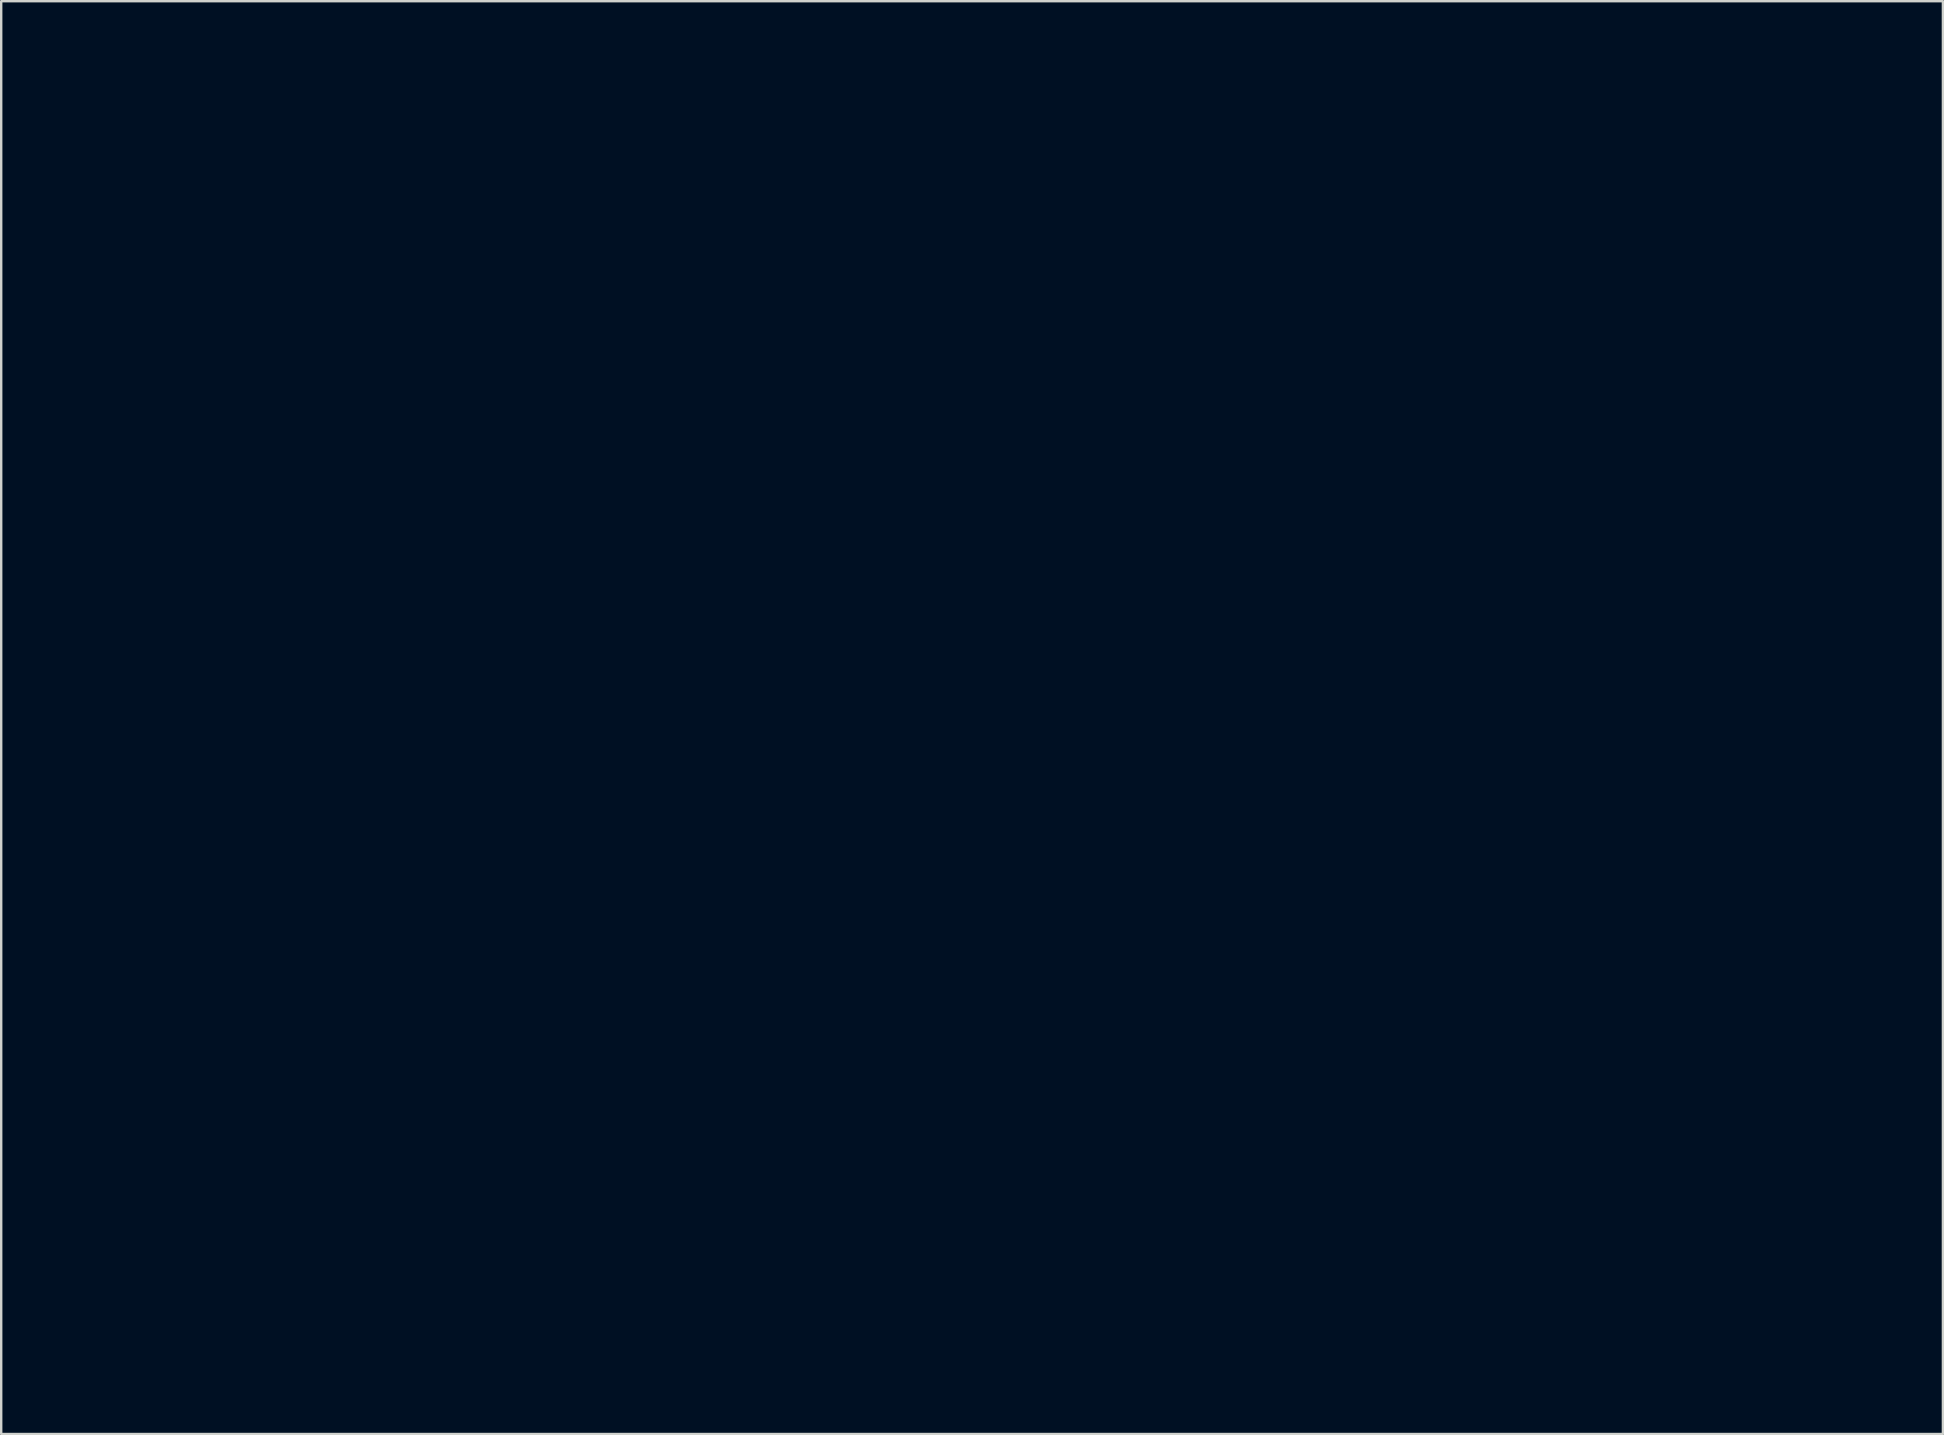
<source format=kicad_pcb>
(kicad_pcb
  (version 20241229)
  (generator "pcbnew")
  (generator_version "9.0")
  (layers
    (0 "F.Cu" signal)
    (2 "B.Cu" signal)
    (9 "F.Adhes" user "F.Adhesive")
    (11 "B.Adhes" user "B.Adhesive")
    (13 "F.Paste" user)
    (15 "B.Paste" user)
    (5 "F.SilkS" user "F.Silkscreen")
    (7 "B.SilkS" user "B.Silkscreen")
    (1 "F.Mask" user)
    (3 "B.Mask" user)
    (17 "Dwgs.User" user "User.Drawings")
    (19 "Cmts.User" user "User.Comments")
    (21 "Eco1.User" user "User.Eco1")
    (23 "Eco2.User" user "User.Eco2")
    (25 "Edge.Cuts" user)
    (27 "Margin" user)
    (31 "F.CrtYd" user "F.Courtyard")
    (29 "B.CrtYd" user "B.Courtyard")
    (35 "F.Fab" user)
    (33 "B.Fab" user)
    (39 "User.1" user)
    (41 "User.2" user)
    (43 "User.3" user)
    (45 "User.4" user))
  (footprint "Arduino_UNO_3D"
    (layer "F.Cu")
    (at 6.22 53.45)
    (property "Reference" "Arduino_UNO_3D" (at 0 -22.5 0) (unlocked yes) (layer "Eco1.User") (effects (font (size 1 1) (thickness 0.15))))
    (fp_line (start 0 -53.3) (end 64.472 -53.3) (stroke (width 0.3) (type solid)) (layer "Eco1.User"))
    (fp_line (start 0 0) (end 0 -53.3) (stroke (width 0.3) (type solid)) (layer "Eco1.User"))
    (fp_line (start 12.357 -2.521) (end 12.359 -2.465) (stroke (width 0.1) (type solid)) (layer "Eco1.User"))
    (fp_line (start 12.357 -2.576) (end 12.357 -2.521) (stroke (width 0.1) (type solid)) (layer "Eco1.User"))
    (fp_line (start 12.359 -2.465) (end 12.362 -2.409) (stroke (width 0.1) (type solid)) (layer "Eco1.User"))
    (fp_line (start 12.36 -2.632) (end 12.357 -2.576) (stroke (width 0.1) (type solid)) (layer "Eco1.User"))
    (fp_line (start 12.362 -2.409) (end 12.368 -2.354) (stroke (width 0.1) (type solid)) (layer "Eco1.User"))
    (fp_line (start 12.364 -2.687) (end 12.36 -2.632) (stroke (width 0.1) (type solid)) (layer "Eco1.User"))
    (fp_line (start 12.368 -2.354) (end 12.375 -2.299) (stroke (width 0.1) (type solid)) (layer "Eco1.User"))
    (fp_line (start 12.37 -2.743) (end 12.364 -2.687) (stroke (width 0.1) (type solid)) (layer "Eco1.User"))
    (fp_line (start 12.375 -2.299) (end 12.384 -2.244) (stroke (width 0.1) (type solid)) (layer "Eco1.User"))
    (fp_line (start 12.378 -2.798) (end 12.37 -2.743) (stroke (width 0.1) (type solid)) (layer "Eco1.User"))
    (fp_line (start 12.384 -2.244) (end 12.396 -2.189) (stroke (width 0.1) (type solid)) (layer "Eco1.User"))
    (fp_line (start 12.388 -2.853) (end 12.378 -2.798) (stroke (width 0.1) (type solid)) (layer "Eco1.User"))
    (fp_line (start 12.396 -2.189) (end 12.409 -2.135) (stroke (width 0.1) (type solid)) (layer "Eco1.User"))
    (fp_line (start 12.4 -2.907) (end 12.388 -2.853) (stroke (width 0.1) (type solid)) (layer "Eco1.User"))
    (fp_line (start 12.409 -2.135) (end 12.424 -2.081) (stroke (width 0.1) (type solid)) (layer "Eco1.User"))
    (fp_line (start 12.413 -2.961) (end 12.4 -2.907) (stroke (width 0.1) (type solid)) (layer "Eco1.User"))
    (fp_line (start 12.424 -2.081) (end 12.44 -2.028) (stroke (width 0.1) (type solid)) (layer "Eco1.User"))
    (fp_line (start 12.429 -3.015) (end 12.413 -2.961) (stroke (width 0.1) (type solid)) (layer "Eco1.User"))
    (fp_line (start 12.44 -2.028) (end 12.459 -1.976) (stroke (width 0.1) (type solid)) (layer "Eco1.User"))
    (fp_line (start 12.446 -3.068) (end 12.429 -3.015) (stroke (width 0.1) (type solid)) (layer "Eco1.User"))
    (fp_line (start 12.459 -1.976) (end 12.479 -1.924) (stroke (width 0.1) (type solid)) (layer "Eco1.User"))
    (fp_line (start 12.466 -3.12) (end 12.446 -3.068) (stroke (width 0.1) (type solid)) (layer "Eco1.User"))
    (fp_line (start 12.479 -1.924) (end 12.502 -1.873) (stroke (width 0.1) (type solid)) (layer "Eco1.User"))
    (fp_line (start 12.487 -3.172) (end 12.466 -3.12) (stroke (width 0.1) (type solid)) (layer "Eco1.User"))
    (fp_line (start 12.502 -1.873) (end 12.526 -1.822) (stroke (width 0.1) (type solid)) (layer "Eco1.User"))
    (fp_line (start 12.509 -3.222) (end 12.487 -3.172) (stroke (width 0.1) (type solid)) (layer "Eco1.User"))
    (fp_line (start 12.526 -1.822) (end 12.551 -1.773) (stroke (width 0.1) (type solid)) (layer "Eco1.User"))
    (fp_line (start 12.534 -3.272) (end 12.509 -3.222) (stroke (width 0.1) (type solid)) (layer "Eco1.User"))
    (fp_line (start 12.551 -1.773) (end 12.579 -1.724) (stroke (width 0.1) (type solid)) (layer "Eco1.User"))
    (fp_line (start 12.56 -3.322) (end 12.534 -3.272) (stroke (width 0.1) (type solid)) (layer "Eco1.User"))
    (fp_line (start 12.579 -1.724) (end 12.608 -1.677) (stroke (width 0.1) (type solid)) (layer "Eco1.User"))
    (fp_line (start 12.588 -3.37) (end 12.56 -3.322) (stroke (width 0.1) (type solid)) (layer "Eco1.User"))
    (fp_line (start 12.608 -1.677) (end 12.638 -1.63) (stroke (width 0.1) (type solid)) (layer "Eco1.User"))
    (fp_line (start 12.618 -3.417) (end 12.588 -3.37) (stroke (width 0.1) (type solid)) (layer "Eco1.User"))
    (fp_line (start 12.638 -1.63) (end 12.671 -1.585) (stroke (width 0.1) (type solid)) (layer "Eco1.User"))
    (fp_line (start 12.649 -3.463) (end 12.618 -3.417) (stroke (width 0.1) (type solid)) (layer "Eco1.User"))
    (fp_line (start 12.671 -1.585) (end 12.705 -1.541) (stroke (width 0.1) (type solid)) (layer "Eco1.User"))
    (fp_line (start 12.682 -3.508) (end 12.649 -3.463) (stroke (width 0.1) (type solid)) (layer "Eco1.User"))
    (fp_line (start 12.705 -1.541) (end 12.74 -1.498) (stroke (width 0.1) (type solid)) (layer "Eco1.User"))
    (fp_line (start 12.716 -3.552) (end 12.682 -3.508) (stroke (width 0.1) (type solid)) (layer "Eco1.User"))
    (fp_line (start 12.74 -1.498) (end 12.777 -1.456) (stroke (width 0.1) (type solid)) (layer "Eco1.User"))
    (fp_line (start 12.752 -3.595) (end 12.716 -3.552) (stroke (width 0.1) (type solid)) (layer "Eco1.User"))
    (fp_line (start 12.777 -1.456) (end 12.815 -1.415) (stroke (width 0.1) (type solid)) (layer "Eco1.User"))
    (fp_line (start 12.789 -3.636) (end 12.752 -3.595) (stroke (width 0.1) (type solid)) (layer "Eco1.User"))
    (fp_line (start 12.815 -1.415) (end 12.855 -1.376) (stroke (width 0.1) (type solid)) (layer "Eco1.User"))
    (fp_line (start 12.828 -3.676) (end 12.789 -3.636) (stroke (width 0.1) (type solid)) (layer "Eco1.User"))
    (fp_line (start 12.855 -1.376) (end 12.895 -1.338) (stroke (width 0.1) (type solid)) (layer "Eco1.User"))
    (fp_line (start 12.868 -3.715) (end 12.828 -3.676) (stroke (width 0.1) (type solid)) (layer "Eco1.User"))
    (fp_line (start 12.895 -1.338) (end 12.938 -1.302) (stroke (width 0.1) (type solid)) (layer "Eco1.User"))
    (fp_line (start 12.909 -3.752) (end 12.868 -3.715) (stroke (width 0.1) (type solid)) (layer "Eco1.User"))
    (fp_line (start 12.938 -1.302) (end 12.981 -1.267) (stroke (width 0.1) (type solid)) (layer "Eco1.User"))
    (fp_line (start 12.952 -3.788) (end 12.909 -3.752) (stroke (width 0.1) (type solid)) (layer "Eco1.User"))
    (fp_line (start 12.981 -1.267) (end 13.026 -1.234) (stroke (width 0.1) (type solid)) (layer "Eco1.User"))
    (fp_line (start 12.996 -3.822) (end 12.952 -3.788) (stroke (width 0.1) (type solid)) (layer "Eco1.User"))
    (fp_line (start 13.026 -1.234) (end 13.072 -1.202) (stroke (width 0.1) (type solid)) (layer "Eco1.User"))
    (fp_line (start 13.041 -3.855) (end 12.996 -3.822) (stroke (width 0.1) (type solid)) (layer "Eco1.User"))
    (fp_line (start 13.072 -1.202) (end 13.119 -1.172) (stroke (width 0.1) (type solid)) (layer "Eco1.User"))
    (fp_line (start 13.087 -3.886) (end 13.041 -3.855) (stroke (width 0.1) (type solid)) (layer "Eco1.User"))
    (fp_line (start 13.119 -1.172) (end 13.166 -1.143) (stroke (width 0.1) (type solid)) (layer "Eco1.User"))
    (fp_line (start 13.134 -3.916) (end 13.087 -3.886) (stroke (width 0.1) (type solid)) (layer "Eco1.User"))
    (fp_line (start 13.166 -1.143) (end 13.215 -1.117) (stroke (width 0.1) (type solid)) (layer "Eco1.User"))
    (fp_line (start 13.183 -3.944) (end 13.134 -3.916) (stroke (width 0.1) (type solid)) (layer "Eco1.User"))
    (fp_line (start 13.215 -1.117) (end 13.265 -1.091) (stroke (width 0.1) (type solid)) (layer "Eco1.User"))
    (fp_line (start 13.232 -3.97) (end 13.183 -3.944) (stroke (width 0.1) (type solid)) (layer "Eco1.User"))
    (fp_line (start 13.265 -1.091) (end 13.316 -1.068) (stroke (width 0.1) (type solid)) (layer "Eco1.User"))
    (fp_line (start 13.282 -3.995) (end 13.232 -3.97) (stroke (width 0.1) (type solid)) (layer "Eco1.User"))
    (fp_line (start 13.316 -1.068) (end 13.367 -1.046) (stroke (width 0.1) (type solid)) (layer "Eco1.User"))
    (fp_line (start 13.333 -4.018) (end 13.282 -3.995) (stroke (width 0.1) (type solid)) (layer "Eco1.User"))
    (fp_line (start 13.367 -1.046) (end 13.419 -1.027) (stroke (width 0.1) (type solid)) (layer "Eco1.User"))
    (fp_line (start 13.384 -4.039) (end 13.333 -4.018) (stroke (width 0.1) (type solid)) (layer "Eco1.User"))
    (fp_line (start 13.419 -1.027) (end 13.472 -1.009) (stroke (width 0.1) (type solid)) (layer "Eco1.User"))
    (fp_line (start 13.436 -4.058) (end 13.384 -4.039) (stroke (width 0.1) (type solid)) (layer "Eco1.User"))
    (fp_line (start 13.472 -1.009) (end 13.525 -0.992) (stroke (width 0.1) (type solid)) (layer "Eco1.User"))
    (fp_line (start 13.489 -4.075) (end 13.436 -4.058) (stroke (width 0.1) (type solid)) (layer "Eco1.User"))
    (fp_line (start 13.525 -0.992) (end 13.579 -0.978) (stroke (width 0.1) (type solid)) (layer "Eco1.User"))
    (fp_line (start 13.543 -4.091) (end 13.489 -4.075) (stroke (width 0.1) (type solid)) (layer "Eco1.User"))
    (fp_line (start 13.579 -0.978) (end 13.633 -0.966) (stroke (width 0.1) (type solid)) (layer "Eco1.User"))
    (fp_line (start 13.597 -4.104) (end 13.543 -4.091) (stroke (width 0.1) (type solid)) (layer "Eco1.User"))
    (fp_line (start 13.627 -50.742) (end 13.628 -50.687) (stroke (width 0.1) (type solid)) (layer "Eco1.User"))
    (fp_line (start 13.627 -50.798) (end 13.627 -50.742) (stroke (width 0.1) (type solid)) (layer "Eco1.User"))
    (fp_line (start 13.628 -50.687) (end 13.632 -50.631) (stroke (width 0.1) (type solid)) (layer "Eco1.User"))
    (fp_line (start 13.629 -50.854) (end 13.627 -50.798) (stroke (width 0.1) (type solid)) (layer "Eco1.User"))
    (fp_line (start 13.632 -50.631) (end 13.637 -50.576) (stroke (width 0.1) (type solid)) (layer "Eco1.User"))
    (fp_line (start 13.633 -0.966) (end 13.688 -0.955) (stroke (width 0.1) (type solid)) (layer "Eco1.User"))
    (fp_line (start 13.633 -50.909) (end 13.629 -50.854) (stroke (width 0.1) (type solid)) (layer "Eco1.User"))
    (fp_line (start 13.637 -50.576) (end 13.645 -50.52) (stroke (width 0.1) (type solid)) (layer "Eco1.User"))
    (fp_line (start 13.639 -50.965) (end 13.633 -50.909) (stroke (width 0.1) (type solid)) (layer "Eco1.User"))
    (fp_line (start 13.645 -50.52) (end 13.654 -50.465) (stroke (width 0.1) (type solid)) (layer "Eco1.User"))
    (fp_line (start 13.647 -51.02) (end 13.639 -50.965) (stroke (width 0.1) (type solid)) (layer "Eco1.User"))
    (fp_line (start 13.651 -4.116) (end 13.597 -4.104) (stroke (width 0.1) (type solid)) (layer "Eco1.User"))
    (fp_line (start 13.654 -50.465) (end 13.665 -50.411) (stroke (width 0.1) (type solid)) (layer "Eco1.User"))
    (fp_line (start 13.657 -51.075) (end 13.647 -51.02) (stroke (width 0.1) (type solid)) (layer "Eco1.User"))
    (fp_line (start 13.665 -50.411) (end 13.678 -50.357) (stroke (width 0.1) (type solid)) (layer "Eco1.User"))
    (fp_line (start 13.669 -51.129) (end 13.657 -51.075) (stroke (width 0.1) (type solid)) (layer "Eco1.User"))
    (fp_line (start 13.678 -50.357) (end 13.693 -50.303) (stroke (width 0.1) (type solid)) (layer "Eco1.User"))
    (fp_line (start 13.683 -51.183) (end 13.669 -51.129) (stroke (width 0.1) (type solid)) (layer "Eco1.User"))
    (fp_line (start 13.688 -0.955) (end 13.743 -0.946) (stroke (width 0.1) (type solid)) (layer "Eco1.User"))
    (fp_line (start 13.693 -50.303) (end 13.71 -50.25) (stroke (width 0.1) (type solid)) (layer "Eco1.User"))
    (fp_line (start 13.698 -51.237) (end 13.683 -51.183) (stroke (width 0.1) (type solid)) (layer "Eco1.User"))
    (fp_line (start 13.706 -4.126) (end 13.651 -4.116) (stroke (width 0.1) (type solid)) (layer "Eco1.User"))
    (fp_line (start 13.71 -50.25) (end 13.729 -50.197) (stroke (width 0.1) (type solid)) (layer "Eco1.User"))
    (fp_line (start 13.716 -51.29) (end 13.698 -51.237) (stroke (width 0.1) (type solid)) (layer "Eco1.User"))
    (fp_line (start 13.729 -50.197) (end 13.749 -50.146) (stroke (width 0.1) (type solid)) (layer "Eco1.User"))
    (fp_line (start 13.735 -51.342) (end 13.716 -51.29) (stroke (width 0.1) (type solid)) (layer "Eco1.User"))
    (fp_line (start 13.743 -0.946) (end 13.798 -0.94) (stroke (width 0.1) (type solid)) (layer "Eco1.User"))
    (fp_line (start 13.749 -50.146) (end 13.771 -50.094) (stroke (width 0.1) (type solid)) (layer "Eco1.User"))
    (fp_line (start 13.756 -51.393) (end 13.735 -51.342) (stroke (width 0.1) (type solid)) (layer "Eco1.User"))
    (fp_line (start 13.761 -4.134) (end 13.706 -4.126) (stroke (width 0.1) (type solid)) (layer "Eco1.User"))
    (fp_line (start 13.771 -50.094) (end 13.795 -50.044) (stroke (width 0.1) (type solid)) (layer "Eco1.User"))
    (fp_line (start 13.779 -51.444) (end 13.756 -51.393) (stroke (width 0.1) (type solid)) (layer "Eco1.User"))
    (fp_line (start 13.795 -50.044) (end 13.821 -49.995) (stroke (width 0.1) (type solid)) (layer "Eco1.User"))
    (fp_line (start 13.798 -0.94) (end 13.854 -0.935) (stroke (width 0.1) (type solid)) (layer "Eco1.User"))
    (fp_line (start 13.803 -51.494) (end 13.779 -51.444) (stroke (width 0.1) (type solid)) (layer "Eco1.User"))
    (fp_line (start 13.817 -4.14) (end 13.761 -4.134) (stroke (width 0.1) (type solid)) (layer "Eco1.User"))
    (fp_line (start 13.821 -49.995) (end 13.848 -49.946) (stroke (width 0.1) (type solid)) (layer "Eco1.User"))
    (fp_line (start 13.83 -51.543) (end 13.803 -51.494) (stroke (width 0.1) (type solid)) (layer "Eco1.User"))
    (fp_line (start 13.848 -49.946) (end 13.877 -49.899) (stroke (width 0.1) (type solid)) (layer "Eco1.User"))
    (fp_line (start 13.854 -0.935) (end 13.909 -0.932) (stroke (width 0.1) (type solid)) (layer "Eco1.User"))
    (fp_line (start 13.858 -51.592) (end 13.83 -51.543) (stroke (width 0.1) (type solid)) (layer "Eco1.User"))
    (fp_line (start 13.872 -4.145) (end 13.817 -4.14) (stroke (width 0.1) (type solid)) (layer "Eco1.User"))
    (fp_line (start 13.877 -49.899) (end 13.908 -49.852) (stroke (width 0.1) (type solid)) (layer "Eco1.User"))
    (fp_line (start 13.887 -51.639) (end 13.858 -51.592) (stroke (width 0.1) (type solid)) (layer "Eco1.User"))
    (fp_line (start 13.908 -49.852) (end 13.94 -49.807) (stroke (width 0.1) (type solid)) (layer "Eco1.User"))
    (fp_line (start 13.909 -0.932) (end 13.965 -0.931) (stroke (width 0.1) (type solid)) (layer "Eco1.User"))
    (fp_line (start 13.919 -51.685) (end 13.887 -51.639) (stroke (width 0.1) (type solid)) (layer "Eco1.User"))
    (fp_line (start 13.928 -4.147) (end 13.872 -4.145) (stroke (width 0.1) (type solid)) (layer "Eco1.User"))
    (fp_line (start 13.94 -49.807) (end 13.974 -49.762) (stroke (width 0.1) (type solid)) (layer "Eco1.User"))
    (fp_line (start 13.951 -51.73) (end 13.919 -51.685) (stroke (width 0.1) (type solid)) (layer "Eco1.User"))
    (fp_line (start 13.965 -0.931) (end 14.021 -0.932) (stroke (width 0.1) (type solid)) (layer "Eco1.User"))
    (fp_line (start 13.974 -49.762) (end 14.009 -49.719) (stroke (width 0.1) (type solid)) (layer "Eco1.User"))
    (fp_line (start 13.984 -4.147) (end 13.928 -4.147) (stroke (width 0.1) (type solid)) (layer "Eco1.User"))
    (fp_line (start 13.986 -51.774) (end 13.951 -51.73) (stroke (width 0.1) (type solid)) (layer "Eco1.User"))
    (fp_line (start 14.009 -49.719) (end 14.046 -49.678) (stroke (width 0.1) (type solid)) (layer "Eco1.User"))
    (fp_line (start 14.021 -0.932) (end 14.077 -0.935) (stroke (width 0.1) (type solid)) (layer "Eco1.User"))
    (fp_line (start 14.022 -51.817) (end 13.986 -51.774) (stroke (width 0.1) (type solid)) (layer "Eco1.User"))
    (fp_line (start 14.039 -4.145) (end 13.984 -4.147) (stroke (width 0.1) (type solid)) (layer "Eco1.User"))
    (fp_line (start 14.046 -49.678) (end 14.084 -49.637) (stroke (width 0.1) (type solid)) (layer "Eco1.User"))
    (fp_line (start 14.059 -51.858) (end 14.022 -51.817) (stroke (width 0.1) (type solid)) (layer "Eco1.User"))
    (fp_line (start 14.077 -0.935) (end 14.133 -0.94) (stroke (width 0.1) (type solid)) (layer "Eco1.User"))
    (fp_line (start 14.084 -49.637) (end 14.124 -49.598) (stroke (width 0.1) (type solid)) (layer "Eco1.User"))
    (fp_line (start 14.095 -4.142) (end 14.039 -4.145) (stroke (width 0.1) (type solid)) (layer "Eco1.User"))
    (fp_line (start 14.098 -51.898) (end 14.059 -51.858) (stroke (width 0.1) (type solid)) (layer "Eco1.User"))
    (fp_line (start 14.124 -49.598) (end 14.165 -49.56) (stroke (width 0.1) (type solid)) (layer "Eco1.User"))
    (fp_line (start 14.133 -0.94) (end 14.189 -0.947) (stroke (width 0.1) (type solid)) (layer "Eco1.User"))
    (fp_line (start 14.138 -51.937) (end 14.098 -51.898) (stroke (width 0.1) (type solid)) (layer "Eco1.User"))
    (fp_line (start 14.15 -4.136) (end 14.095 -4.142) (stroke (width 0.1) (type solid)) (layer "Eco1.User"))
    (fp_line (start 14.165 -49.56) (end 14.207 -49.524) (stroke (width 0.1) (type solid)) (layer "Eco1.User"))
    (fp_line (start 14.179 -51.974) (end 14.138 -51.937) (stroke (width 0.1) (type solid)) (layer "Eco1.User"))
    (fp_line (start 14.189 -0.947) (end 14.244 -0.955) (stroke (width 0.1) (type solid)) (layer "Eco1.User"))
    (fp_line (start 14.206 -4.129) (end 14.15 -4.136) (stroke (width 0.1) (type solid)) (layer "Eco1.User"))
    (fp_line (start 14.207 -49.524) (end 14.251 -49.489) (stroke (width 0.1) (type solid)) (layer "Eco1.User"))
    (fp_line (start 14.222 -52.01) (end 14.179 -51.974) (stroke (width 0.1) (type solid)) (layer "Eco1.User"))
    (fp_line (start 14.244 -0.955) (end 14.299 -0.966) (stroke (width 0.1) (type solid)) (layer "Eco1.User"))
    (fp_line (start 14.251 -49.489) (end 14.295 -49.456) (stroke (width 0.1) (type solid)) (layer "Eco1.User"))
    (fp_line (start 14.261 -4.12) (end 14.206 -4.129) (stroke (width 0.1) (type solid)) (layer "Eco1.User"))
    (fp_line (start 14.266 -52.044) (end 14.222 -52.01) (stroke (width 0.1) (type solid)) (layer "Eco1.User"))
    (fp_line (start 14.295 -49.456) (end 14.341 -49.424) (stroke (width 0.1) (type solid)) (layer "Eco1.User"))
    (fp_line (start 14.299 -0.966) (end 14.354 -0.979) (stroke (width 0.1) (type solid)) (layer "Eco1.User"))
    (fp_line (start 14.311 -52.077) (end 14.266 -52.044) (stroke (width 0.1) (type solid)) (layer "Eco1.User"))
    (fp_line (start 14.315 -4.109) (end 14.261 -4.12) (stroke (width 0.1) (type solid)) (layer "Eco1.User"))
    (fp_line (start 14.341 -49.424) (end 14.388 -49.394) (stroke (width 0.1) (type solid)) (layer "Eco1.User"))
    (fp_line (start 14.354 -0.979) (end 14.408 -0.993) (stroke (width 0.1) (type solid)) (layer "Eco1.User"))
    (fp_line (start 14.357 -52.108) (end 14.311 -52.077) (stroke (width 0.1) (type solid)) (layer "Eco1.User"))
    (fp_line (start 14.369 -4.096) (end 14.315 -4.109) (stroke (width 0.1) (type solid)) (layer "Eco1.User"))
    (fp_line (start 14.388 -49.394) (end 14.436 -49.365) (stroke (width 0.1) (type solid)) (layer "Eco1.User"))
    (fp_line (start 14.404 -52.138) (end 14.357 -52.108) (stroke (width 0.1) (type solid)) (layer "Eco1.User"))
    (fp_line (start 14.408 -0.993) (end 14.462 -1.01) (stroke (width 0.1) (type solid)) (layer "Eco1.User"))
    (fp_line (start 14.423 -4.081) (end 14.369 -4.096) (stroke (width 0.1) (type solid)) (layer "Eco1.User"))
    (fp_line (start 14.436 -49.365) (end 14.485 -49.338) (stroke (width 0.1) (type solid)) (layer "Eco1.User"))
    (fp_line (start 14.452 -52.166) (end 14.404 -52.138) (stroke (width 0.1) (type solid)) (layer "Eco1.User"))
    (fp_line (start 14.462 -1.01) (end 14.515 -1.028) (stroke (width 0.1) (type solid)) (layer "Eco1.User"))
    (fp_line (start 14.476 -4.064) (end 14.423 -4.081) (stroke (width 0.1) (type solid)) (layer "Eco1.User"))
    (fp_line (start 14.485 -49.338) (end 14.534 -49.313) (stroke (width 0.1) (type solid)) (layer "Eco1.User"))
    (fp_line (start 14.501 -52.192) (end 14.452 -52.166) (stroke (width 0.1) (type solid)) (layer "Eco1.User"))
    (fp_line (start 14.515 -1.028) (end 14.567 -1.048) (stroke (width 0.1) (type solid)) (layer "Eco1.User"))
    (fp_line (start 14.529 -4.045) (end 14.476 -4.064) (stroke (width 0.1) (type solid)) (layer "Eco1.User"))
    (fp_line (start 14.534 -49.313) (end 14.585 -49.29) (stroke (width 0.1) (type solid)) (layer "Eco1.User"))
    (fp_line (start 14.551 -52.217) (end 14.501 -52.192) (stroke (width 0.1) (type solid)) (layer "Eco1.User"))
    (fp_line (start 14.567 -1.048) (end 14.619 -1.07) (stroke (width 0.1) (type solid)) (layer "Eco1.User"))
    (fp_line (start 14.58 -4.025) (end 14.529 -4.045) (stroke (width 0.1) (type solid)) (layer "Eco1.User"))
    (fp_line (start 14.585 -49.29) (end 14.636 -49.268) (stroke (width 0.1) (type solid)) (layer "Eco1.User"))
    (fp_line (start 14.602 -52.239) (end 14.551 -52.217) (stroke (width 0.1) (type solid)) (layer "Eco1.User"))
    (fp_line (start 14.619 -1.07) (end 14.67 -1.094) (stroke (width 0.1) (type solid)) (layer "Eco1.User"))
    (fp_line (start 14.632 -4.003) (end 14.58 -4.025) (stroke (width 0.1) (type solid)) (layer "Eco1.User"))
    (fp_line (start 14.636 -49.268) (end 14.688 -49.248) (stroke (width 0.1) (type solid)) (layer "Eco1.User"))
    (fp_line (start 14.654 -52.26) (end 14.602 -52.239) (stroke (width 0.1) (type solid)) (layer "Eco1.User"))
    (fp_line (start 14.67 -1.094) (end 14.72 -1.119) (stroke (width 0.1) (type solid)) (layer "Eco1.User"))
    (fp_line (start 14.682 -3.979) (end 14.632 -4.003) (stroke (width 0.1) (type solid)) (layer "Eco1.User"))
    (fp_line (start 14.688 -49.248) (end 14.741 -49.23) (stroke (width 0.1) (type solid)) (layer "Eco1.User"))
    (fp_line (start 14.706 -52.28) (end 14.654 -52.26) (stroke (width 0.1) (type solid)) (layer "Eco1.User"))
    (fp_line (start 14.72 -1.119) (end 14.769 -1.146) (stroke (width 0.1) (type solid)) (layer "Eco1.User"))
    (fp_line (start 14.731 -3.953) (end 14.682 -3.979) (stroke (width 0.1) (type solid)) (layer "Eco1.User"))
    (fp_line (start 14.741 -49.23) (end 14.795 -49.214) (stroke (width 0.1) (type solid)) (layer "Eco1.User"))
    (fp_line (start 14.759 -52.297) (end 14.706 -52.28) (stroke (width 0.1) (type solid)) (layer "Eco1.User"))
    (fp_line (start 14.769 -1.146) (end 14.817 -1.175) (stroke (width 0.1) (type solid)) (layer "Eco1.User"))
    (fp_line (start 14.78 -3.926) (end 14.731 -3.953) (stroke (width 0.1) (type solid)) (layer "Eco1.User"))
    (fp_line (start 14.795 -49.214) (end 14.848 -49.2) (stroke (width 0.1) (type solid)) (layer "Eco1.User"))
    (fp_line (start 14.812 -52.313) (end 14.759 -52.297) (stroke (width 0.1) (type solid)) (layer "Eco1.User"))
    (fp_line (start 14.817 -1.175) (end 14.864 -1.206) (stroke (width 0.1) (type solid)) (layer "Eco1.User"))
    (fp_line (start 14.827 -3.896) (end 14.78 -3.926) (stroke (width 0.1) (type solid)) (layer "Eco1.User"))
    (fp_line (start 14.848 -49.2) (end 14.903 -49.187) (stroke (width 0.1) (type solid)) (layer "Eco1.User"))
    (fp_line (start 14.864 -1.206) (end 14.91 -1.238) (stroke (width 0.1) (type solid)) (layer "Eco1.User"))
    (fp_line (start 14.866 -52.326) (end 14.812 -52.313) (stroke (width 0.1) (type solid)) (layer "Eco1.User"))
    (fp_line (start 14.874 -3.866) (end 14.827 -3.896) (stroke (width 0.1) (type solid)) (layer "Eco1.User"))
    (fp_line (start 14.903 -49.187) (end 14.957 -49.177) (stroke (width 0.1) (type solid)) (layer "Eco1.User"))
    (fp_line (start 14.91 -1.238) (end 14.955 -1.272) (stroke (width 0.1) (type solid)) (layer "Eco1.User"))
    (fp_line (start 14.919 -3.834) (end 14.874 -3.866) (stroke (width 0.1) (type solid)) (layer "Eco1.User"))
    (fp_line (start 14.921 -52.338) (end 14.866 -52.326) (stroke (width 0.1) (type solid)) (layer "Eco1.User"))
    (fp_line (start 14.955 -1.272) (end 14.999 -1.307) (stroke (width 0.1) (type solid)) (layer "Eco1.User"))
    (fp_line (start 14.957 -49.177) (end 15.012 -49.168) (stroke (width 0.1) (type solid)) (layer "Eco1.User"))
    (fp_line (start 14.964 -3.8) (end 14.919 -3.834) (stroke (width 0.1) (type solid)) (layer "Eco1.User"))
    (fp_line (start 14.976 -52.348) (end 14.921 -52.338) (stroke (width 0.1) (type solid)) (layer "Eco1.User"))
    (fp_line (start 14.999 -1.307) (end 15.041 -1.344) (stroke (width 0.1) (type solid)) (layer "Eco1.User"))
    (fp_line (start 15.007 -3.764) (end 14.964 -3.8) (stroke (width 0.1) (type solid)) (layer "Eco1.User"))
    (fp_line (start 15.012 -49.168) (end 15.068 -49.161) (stroke (width 0.1) (type solid)) (layer "Eco1.User"))
    (fp_line (start 15.031 -52.356) (end 14.976 -52.348) (stroke (width 0.1) (type solid)) (layer "Eco1.User"))
    (fp_line (start 15.041 -1.344) (end 15.082 -1.382) (stroke (width 0.1) (type solid)) (layer "Eco1.User"))
    (fp_line (start 15.048 -3.728) (end 15.007 -3.764) (stroke (width 0.1) (type solid)) (layer "Eco1.User"))
    (fp_line (start 15.068 -49.161) (end 15.123 -49.157) (stroke (width 0.1) (type solid)) (layer "Eco1.User"))
    (fp_line (start 15.082 -1.382) (end 15.122 -1.422) (stroke (width 0.1) (type solid)) (layer "Eco1.User"))
    (fp_line (start 15.086 -52.362) (end 15.031 -52.356) (stroke (width 0.1) (type solid)) (layer "Eco1.User"))
    (fp_line (start 15.089 -3.689) (end 15.048 -3.728) (stroke (width 0.1) (type solid)) (layer "Eco1.User"))
    (fp_line (start 15.122 -1.422) (end 15.16 -1.463) (stroke (width 0.1) (type solid)) (layer "Eco1.User"))
    (fp_line (start 15.123 -49.157) (end 15.179 -49.154) (stroke (width 0.1) (type solid)) (layer "Eco1.User"))
    (fp_line (start 15.128 -3.65) (end 15.089 -3.689) (stroke (width 0.1) (type solid)) (layer "Eco1.User"))
    (fp_line (start 15.142 -52.366) (end 15.086 -52.362) (stroke (width 0.1) (type solid)) (layer "Eco1.User"))
    (fp_line (start 15.16 -1.463) (end 15.197 -1.505) (stroke (width 0.1) (type solid)) (layer "Eco1.User"))
    (fp_line (start 15.166 -3.609) (end 15.128 -3.65) (stroke (width 0.1) (type solid)) (layer "Eco1.User"))
    (fp_line (start 15.179 -49.154) (end 15.235 -49.153) (stroke (width 0.1) (type solid)) (layer "Eco1.User"))
    (fp_line (start 15.197 -1.505) (end 15.232 -1.549) (stroke (width 0.1) (type solid)) (layer "Eco1.User"))
    (fp_line (start 15.197 -52.369) (end 15.142 -52.366) (stroke (width 0.1) (type solid)) (layer "Eco1.User"))
    (fp_line (start 15.202 -3.566) (end 15.166 -3.609) (stroke (width 0.1) (type solid)) (layer "Eco1.User"))
    (fp_line (start 15.232 -1.549) (end 15.266 -1.594) (stroke (width 0.1) (type solid)) (layer "Eco1.User"))
    (fp_line (start 15.235 -49.153) (end 15.291 -49.154) (stroke (width 0.1) (type solid)) (layer "Eco1.User"))
    (fp_line (start 15.237 -3.523) (end 15.202 -3.566) (stroke (width 0.1) (type solid)) (layer "Eco1.User"))
    (fp_line (start 15.253 -52.369) (end 15.197 -52.369) (stroke (width 0.1) (type solid)) (layer "Eco1.User"))
    (fp_line (start 15.266 -1.594) (end 15.298 -1.64) (stroke (width 0.1) (type solid)) (layer "Eco1.User"))
    (fp_line (start 15.27 -3.478) (end 15.237 -3.523) (stroke (width 0.1) (type solid)) (layer "Eco1.User"))
    (fp_line (start 15.291 -49.154) (end 15.347 -49.157) (stroke (width 0.1) (type solid)) (layer "Eco1.User"))
    (fp_line (start 15.298 -1.64) (end 15.329 -1.687) (stroke (width 0.1) (type solid)) (layer "Eco1.User"))
    (fp_line (start 15.302 -3.433) (end 15.27 -3.478) (stroke (width 0.1) (type solid)) (layer "Eco1.User"))
    (fp_line (start 15.309 -52.367) (end 15.253 -52.369) (stroke (width 0.1) (type solid)) (layer "Eco1.User"))
    (fp_line (start 15.329 -1.687) (end 15.358 -1.735) (stroke (width 0.1) (type solid)) (layer "Eco1.User"))
    (fp_line (start 15.332 -3.386) (end 15.302 -3.433) (stroke (width 0.1) (type solid)) (layer "Eco1.User"))
    (fp_line (start 15.347 -49.157) (end 15.403 -49.162) (stroke (width 0.1) (type solid)) (layer "Eco1.User"))
    (fp_line (start 15.358 -1.735) (end 15.385 -1.784) (stroke (width 0.1) (type solid)) (layer "Eco1.User"))
    (fp_line (start 15.361 -3.338) (end 15.332 -3.386) (stroke (width 0.1) (type solid)) (layer "Eco1.User"))
    (fp_line (start 15.364 -52.364) (end 15.309 -52.367) (stroke (width 0.1) (type solid)) (layer "Eco1.User"))
    (fp_line (start 15.385 -1.784) (end 15.41 -1.834) (stroke (width 0.1) (type solid)) (layer "Eco1.User"))
    (fp_line (start 15.388 -3.289) (end 15.361 -3.338) (stroke (width 0.1) (type solid)) (layer "Eco1.User"))
    (fp_line (start 15.403 -49.162) (end 15.458 -49.168) (stroke (width 0.1) (type solid)) (layer "Eco1.User"))
    (fp_line (start 15.41 -1.834) (end 15.434 -1.885) (stroke (width 0.1) (type solid)) (layer "Eco1.User"))
    (fp_line (start 15.413 -3.239) (end 15.388 -3.289) (stroke (width 0.1) (type solid)) (layer "Eco1.User"))
    (fp_line (start 15.42 -52.358) (end 15.364 -52.364) (stroke (width 0.1) (type solid)) (layer "Eco1.User"))
    (fp_line (start 15.434 -1.885) (end 15.456 -1.937) (stroke (width 0.1) (type solid)) (layer "Eco1.User"))
    (fp_line (start 15.436 -3.189) (end 15.413 -3.239) (stroke (width 0.1) (type solid)) (layer "Eco1.User"))
    (fp_line (start 15.456 -1.937) (end 15.476 -1.989) (stroke (width 0.1) (type solid)) (layer "Eco1.User"))
    (fp_line (start 15.458 -3.137) (end 15.436 -3.189) (stroke (width 0.1) (type solid)) (layer "Eco1.User"))
    (fp_line (start 15.458 -49.168) (end 15.514 -49.177) (stroke (width 0.1) (type solid)) (layer "Eco1.User"))
    (fp_line (start 15.475 -52.351) (end 15.42 -52.358) (stroke (width 0.1) (type solid)) (layer "Eco1.User"))
    (fp_line (start 15.476 -1.989) (end 15.494 -2.042) (stroke (width 0.1) (type solid)) (layer "Eco1.User"))
    (fp_line (start 15.478 -3.085) (end 15.458 -3.137) (stroke (width 0.1) (type solid)) (layer "Eco1.User"))
    (fp_line (start 15.494 -2.042) (end 15.511 -2.096) (stroke (width 0.1) (type solid)) (layer "Eco1.User"))
    (fp_line (start 15.496 -3.032) (end 15.478 -3.085) (stroke (width 0.1) (type solid)) (layer "Eco1.User"))
    (fp_line (start 15.511 -2.096) (end 15.525 -2.15) (stroke (width 0.1) (type solid)) (layer "Eco1.User"))
    (fp_line (start 15.512 -2.979) (end 15.496 -3.032) (stroke (width 0.1) (type solid)) (layer "Eco1.User"))
    (fp_line (start 15.514 -49.177) (end 15.569 -49.188) (stroke (width 0.1) (type solid)) (layer "Eco1.User"))
    (fp_line (start 15.525 -2.15) (end 15.538 -2.205) (stroke (width 0.1) (type solid)) (layer "Eco1.User"))
    (fp_line (start 15.526 -2.925) (end 15.512 -2.979) (stroke (width 0.1) (type solid)) (layer "Eco1.User"))
    (fp_line (start 15.53 -52.342) (end 15.475 -52.351) (stroke (width 0.1) (type solid)) (layer "Eco1.User"))
    (fp_line (start 15.538 -2.205) (end 15.549 -2.26) (stroke (width 0.1) (type solid)) (layer "Eco1.User"))
    (fp_line (start 15.539 -2.871) (end 15.526 -2.925) (stroke (width 0.1) (type solid)) (layer "Eco1.User"))
    (fp_line (start 15.549 -2.26) (end 15.558 -2.315) (stroke (width 0.1) (type solid)) (layer "Eco1.User"))
    (fp_line (start 15.549 -2.816) (end 15.539 -2.871) (stroke (width 0.1) (type solid)) (layer "Eco1.User"))
    (fp_line (start 15.558 -2.315) (end 15.564 -2.371) (stroke (width 0.1) (type solid)) (layer "Eco1.User"))
    (fp_line (start 15.558 -2.761) (end 15.549 -2.816) (stroke (width 0.1) (type solid)) (layer "Eco1.User"))
    (fp_line (start 15.564 -2.371) (end 15.569 -2.427) (stroke (width 0.1) (type solid)) (layer "Eco1.User"))
    (fp_line (start 15.564 -2.706) (end 15.558 -2.761) (stroke (width 0.1) (type solid)) (layer "Eco1.User"))
    (fp_line (start 15.569 -49.188) (end 15.624 -49.201) (stroke (width 0.1) (type solid)) (layer "Eco1.User"))
    (fp_line (start 15.569 -2.427) (end 15.572 -2.483) (stroke (width 0.1) (type solid)) (layer "Eco1.User"))
    (fp_line (start 15.569 -2.65) (end 15.564 -2.706) (stroke (width 0.1) (type solid)) (layer "Eco1.User"))
    (fp_line (start 15.572 -2.483) (end 15.573 -2.539) (stroke (width 0.1) (type solid)) (layer "Eco1.User"))
    (fp_line (start 15.572 -2.595) (end 15.569 -2.65) (stroke (width 0.1) (type solid)) (layer "Eco1.User"))
    (fp_line (start 15.573 -2.539) (end 15.572 -2.595) (stroke (width 0.1) (type solid)) (layer "Eco1.User"))
    (fp_line (start 15.585 -52.33) (end 15.53 -52.342) (stroke (width 0.1) (type solid)) (layer "Eco1.User"))
    (fp_line (start 15.624 -49.201) (end 15.678 -49.215) (stroke (width 0.1) (type solid)) (layer "Eco1.User"))
    (fp_line (start 15.639 -52.317) (end 15.585 -52.33) (stroke (width 0.1) (type solid)) (layer "Eco1.User"))
    (fp_line (start 15.678 -49.215) (end 15.732 -49.232) (stroke (width 0.1) (type solid)) (layer "Eco1.User"))
    (fp_line (start 15.693 -52.302) (end 15.639 -52.317) (stroke (width 0.1) (type solid)) (layer "Eco1.User"))
    (fp_line (start 15.732 -49.232) (end 15.785 -49.25) (stroke (width 0.1) (type solid)) (layer "Eco1.User"))
    (fp_line (start 15.746 -52.286) (end 15.693 -52.302) (stroke (width 0.1) (type solid)) (layer "Eco1.User"))
    (fp_line (start 15.785 -49.25) (end 15.837 -49.27) (stroke (width 0.1) (type solid)) (layer "Eco1.User"))
    (fp_line (start 15.798 -52.267) (end 15.746 -52.286) (stroke (width 0.1) (type solid)) (layer "Eco1.User"))
    (fp_line (start 15.837 -49.27) (end 15.889 -49.292) (stroke (width 0.1) (type solid)) (layer "Eco1.User"))
    (fp_line (start 15.85 -52.247) (end 15.798 -52.267) (stroke (width 0.1) (type solid)) (layer "Eco1.User"))
    (fp_line (start 15.889 -49.292) (end 15.94 -49.316) (stroke (width 0.1) (type solid)) (layer "Eco1.User"))
    (fp_line (start 15.901 -52.224) (end 15.85 -52.247) (stroke (width 0.1) (type solid)) (layer "Eco1.User"))
    (fp_line (start 15.94 -49.316) (end 15.99 -49.341) (stroke (width 0.1) (type solid)) (layer "Eco1.User"))
    (fp_line (start 15.951 -52.2) (end 15.901 -52.224) (stroke (width 0.1) (type solid)) (layer "Eco1.User"))
    (fp_line (start 15.99 -49.341) (end 16.039 -49.368) (stroke (width 0.1) (type solid)) (layer "Eco1.User"))
    (fp_line (start 16.001 -52.175) (end 15.951 -52.2) (stroke (width 0.1) (type solid)) (layer "Eco1.User"))
    (fp_line (start 16.039 -49.368) (end 16.087 -49.397) (stroke (width 0.1) (type solid)) (layer "Eco1.User"))
    (fp_line (start 16.049 -52.147) (end 16.001 -52.175) (stroke (width 0.1) (type solid)) (layer "Eco1.User"))
    (fp_line (start 16.087 -49.397) (end 16.134 -49.428) (stroke (width 0.1) (type solid)) (layer "Eco1.User"))
    (fp_line (start 16.097 -52.118) (end 16.049 -52.147) (stroke (width 0.1) (type solid)) (layer "Eco1.User"))
    (fp_line (start 16.134 -49.428) (end 16.18 -49.46) (stroke (width 0.1) (type solid)) (layer "Eco1.User"))
    (fp_line (start 16.143 -52.088) (end 16.097 -52.118) (stroke (width 0.1) (type solid)) (layer "Eco1.User"))
    (fp_line (start 16.18 -49.46) (end 16.225 -49.494) (stroke (width 0.1) (type solid)) (layer "Eco1.User"))
    (fp_line (start 16.189 -52.055) (end 16.143 -52.088) (stroke (width 0.1) (type solid)) (layer "Eco1.User"))
    (fp_line (start 16.225 -49.494) (end 16.268 -49.529) (stroke (width 0.1) (type solid)) (layer "Eco1.User"))
    (fp_line (start 16.233 -52.021) (end 16.189 -52.055) (stroke (width 0.1) (type solid)) (layer "Eco1.User"))
    (fp_line (start 16.268 -49.529) (end 16.311 -49.566) (stroke (width 0.1) (type solid)) (layer "Eco1.User"))
    (fp_line (start 16.276 -51.986) (end 16.233 -52.021) (stroke (width 0.1) (type solid)) (layer "Eco1.User"))
    (fp_line (start 16.311 -49.566) (end 16.352 -49.604) (stroke (width 0.1) (type solid)) (layer "Eco1.User"))
    (fp_line (start 16.318 -51.949) (end 16.276 -51.986) (stroke (width 0.1) (type solid)) (layer "Eco1.User"))
    (fp_line (start 16.352 -49.604) (end 16.391 -49.644) (stroke (width 0.1) (type solid)) (layer "Eco1.User"))
    (fp_line (start 16.359 -51.911) (end 16.318 -51.949) (stroke (width 0.1) (type solid)) (layer "Eco1.User"))
    (fp_line (start 16.391 -49.644) (end 16.43 -49.685) (stroke (width 0.1) (type solid)) (layer "Eco1.User"))
    (fp_line (start 16.398 -51.871) (end 16.359 -51.911) (stroke (width 0.1) (type solid)) (layer "Eco1.User"))
    (fp_line (start 16.43 -49.685) (end 16.466 -49.727) (stroke (width 0.1) (type solid)) (layer "Eco1.User"))
    (fp_line (start 16.435 -51.83) (end 16.398 -51.871) (stroke (width 0.1) (type solid)) (layer "Eco1.User"))
    (fp_line (start 16.466 -49.727) (end 16.502 -49.771) (stroke (width 0.1) (type solid)) (layer "Eco1.User"))
    (fp_line (start 16.472 -51.788) (end 16.435 -51.83) (stroke (width 0.1) (type solid)) (layer "Eco1.User"))
    (fp_line (start 16.502 -49.771) (end 16.536 -49.816) (stroke (width 0.1) (type solid)) (layer "Eco1.User"))
    (fp_line (start 16.507 -51.745) (end 16.472 -51.788) (stroke (width 0.1) (type solid)) (layer "Eco1.User"))
    (fp_line (start 16.536 -49.816) (end 16.568 -49.862) (stroke (width 0.1) (type solid)) (layer "Eco1.User"))
    (fp_line (start 16.54 -51.7) (end 16.507 -51.745) (stroke (width 0.1) (type solid)) (layer "Eco1.User"))
    (fp_line (start 16.568 -49.862) (end 16.598 -49.909) (stroke (width 0.1) (type solid)) (layer "Eco1.User"))
    (fp_line (start 16.572 -51.654) (end 16.54 -51.7) (stroke (width 0.1) (type solid)) (layer "Eco1.User"))
    (fp_line (start 16.598 -49.909) (end 16.627 -49.957) (stroke (width 0.1) (type solid)) (layer "Eco1.User"))
    (fp_line (start 16.602 -51.607) (end 16.572 -51.654) (stroke (width 0.1) (type solid)) (layer "Eco1.User"))
    (fp_line (start 16.627 -49.957) (end 16.654 -50.006) (stroke (width 0.1) (type solid)) (layer "Eco1.User"))
    (fp_line (start 16.63 -51.56) (end 16.602 -51.607) (stroke (width 0.1) (type solid)) (layer "Eco1.User"))
    (fp_line (start 16.654 -50.006) (end 16.68 -50.056) (stroke (width 0.1) (type solid)) (layer "Eco1.User"))
    (fp_line (start 16.657 -51.511) (end 16.63 -51.56) (stroke (width 0.1) (type solid)) (layer "Eco1.User"))
    (fp_line (start 16.68 -50.056) (end 16.704 -50.107) (stroke (width 0.1) (type solid)) (layer "Eco1.User"))
    (fp_line (start 16.682 -51.461) (end 16.657 -51.511) (stroke (width 0.1) (type solid)) (layer "Eco1.User"))
    (fp_line (start 16.704 -50.107) (end 16.726 -50.158) (stroke (width 0.1) (type solid)) (layer "Eco1.User"))
    (fp_line (start 16.706 -51.41) (end 16.682 -51.461) (stroke (width 0.1) (type solid)) (layer "Eco1.User"))
    (fp_line (start 16.726 -50.158) (end 16.746 -50.211) (stroke (width 0.1) (type solid)) (layer "Eco1.User"))
    (fp_line (start 16.727 -51.359) (end 16.706 -51.41) (stroke (width 0.1) (type solid)) (layer "Eco1.User"))
    (fp_line (start 16.746 -50.211) (end 16.764 -50.264) (stroke (width 0.1) (type solid)) (layer "Eco1.User"))
    (fp_line (start 16.747 -51.307) (end 16.727 -51.359) (stroke (width 0.1) (type solid)) (layer "Eco1.User"))
    (fp_line (start 16.764 -50.264) (end 16.78 -50.318) (stroke (width 0.1) (type solid)) (layer "Eco1.User"))
    (fp_line (start 16.765 -51.254) (end 16.747 -51.307) (stroke (width 0.1) (type solid)) (layer "Eco1.User"))
    (fp_line (start 16.78 -50.318) (end 16.795 -50.372) (stroke (width 0.1) (type solid)) (layer "Eco1.User"))
    (fp_line (start 16.781 -51.201) (end 16.765 -51.254) (stroke (width 0.1) (type solid)) (layer "Eco1.User"))
    (fp_line (start 16.795 -50.372) (end 16.808 -50.427) (stroke (width 0.1) (type solid)) (layer "Eco1.User"))
    (fp_line (start 16.796 -51.147) (end 16.781 -51.201) (stroke (width 0.1) (type solid)) (layer "Eco1.User"))
    (fp_line (start 16.808 -50.427) (end 16.818 -50.482) (stroke (width 0.1) (type solid)) (layer "Eco1.User"))
    (fp_line (start 16.808 -51.093) (end 16.796 -51.147) (stroke (width 0.1) (type solid)) (layer "Eco1.User"))
    (fp_line (start 16.818 -50.482) (end 16.827 -50.537) (stroke (width 0.1) (type solid)) (layer "Eco1.User"))
    (fp_line (start 16.819 -51.038) (end 16.808 -51.093) (stroke (width 0.1) (type solid)) (layer "Eco1.User"))
    (fp_line (start 16.827 -50.537) (end 16.834 -50.593) (stroke (width 0.1) (type solid)) (layer "Eco1.User"))
    (fp_line (start 16.827 -50.983) (end 16.819 -51.038) (stroke (width 0.1) (type solid)) (layer "Eco1.User"))
    (fp_line (start 16.834 -50.593) (end 16.839 -50.649) (stroke (width 0.1) (type solid)) (layer "Eco1.User"))
    (fp_line (start 16.834 -50.928) (end 16.827 -50.983) (stroke (width 0.1) (type solid)) (layer "Eco1.User"))
    (fp_line (start 16.839 -50.649) (end 16.842 -50.705) (stroke (width 0.1) (type solid)) (layer "Eco1.User"))
    (fp_line (start 16.839 -50.872) (end 16.834 -50.928) (stroke (width 0.1) (type solid)) (layer "Eco1.User"))
    (fp_line (start 16.842 -50.705) (end 16.843 -50.761) (stroke (width 0.1) (type solid)) (layer "Eco1.User"))
    (fp_line (start 16.842 -50.817) (end 16.839 -50.872) (stroke (width 0.1) (type solid)) (layer "Eco1.User"))
    (fp_line (start 16.843 -50.761) (end 16.842 -50.817) (stroke (width 0.1) (type solid)) (layer "Eco1.User"))
    (fp_line (start 64.388 -35.508) (end 64.389 -35.452) (stroke (width 0.1) (type solid)) (layer "Eco1.User"))
    (fp_line (start 64.388 -7.599) (end 64.389 -7.543) (stroke (width 0.1) (type solid)) (layer "Eco1.User"))
    (fp_line (start 64.388 -35.563) (end 64.388 -35.508) (stroke (width 0.1) (type solid)) (layer "Eco1.User"))
    (fp_line (start 64.388 -7.654) (end 64.388 -7.599) (stroke (width 0.1) (type solid)) (layer "Eco1.User"))
    (fp_line (start 64.389 -35.452) (end 64.393 -35.396) (stroke (width 0.1) (type solid)) (layer "Eco1.User"))
    (fp_line (start 64.389 -7.543) (end 64.393 -7.487) (stroke (width 0.1) (type solid)) (layer "Eco1.User"))
    (fp_line (start 64.39 -35.619) (end 64.388 -35.563) (stroke (width 0.1) (type solid)) (layer "Eco1.User"))
    (fp_line (start 64.39 -7.71) (end 64.388 -7.654) (stroke (width 0.1) (type solid)) (layer "Eco1.User"))
    (fp_line (start 64.393 -35.396) (end 64.398 -35.341) (stroke (width 0.1) (type solid)) (layer "Eco1.User"))
    (fp_line (start 64.393 -7.487) (end 64.398 -7.432) (stroke (width 0.1) (type solid)) (layer "Eco1.User"))
    (fp_line (start 64.394 -35.675) (end 64.39 -35.619) (stroke (width 0.1) (type solid)) (layer "Eco1.User"))
    (fp_line (start 64.394 -7.766) (end 64.39 -7.71) (stroke (width 0.1) (type solid)) (layer "Eco1.User"))
    (fp_line (start 64.398 -35.341) (end 64.406 -35.286) (stroke (width 0.1) (type solid)) (layer "Eco1.User"))
    (fp_line (start 64.398 -7.432) (end 64.406 -7.377) (stroke (width 0.1) (type solid)) (layer "Eco1.User"))
    (fp_line (start 64.4 -35.73) (end 64.394 -35.675) (stroke (width 0.1) (type solid)) (layer "Eco1.User"))
    (fp_line (start 64.4 -7.821) (end 64.394 -7.766) (stroke (width 0.1) (type solid)) (layer "Eco1.User"))
    (fp_line (start 64.406 -35.286) (end 64.415 -35.231) (stroke (width 0.1) (type solid)) (layer "Eco1.User"))
    (fp_line (start 64.406 -7.377) (end 64.415 -7.322) (stroke (width 0.1) (type solid)) (layer "Eco1.User"))
    (fp_line (start 64.408 -35.785) (end 64.4 -35.73) (stroke (width 0.1) (type solid)) (layer "Eco1.User"))
    (fp_line (start 64.408 -7.876) (end 64.4 -7.821) (stroke (width 0.1) (type solid)) (layer "Eco1.User"))
    (fp_line (start 64.415 -35.231) (end 64.426 -35.176) (stroke (width 0.1) (type solid)) (layer "Eco1.User"))
    (fp_line (start 64.415 -7.322) (end 64.426 -7.267) (stroke (width 0.1) (type solid)) (layer "Eco1.User"))
    (fp_line (start 64.418 -35.84) (end 64.408 -35.785) (stroke (width 0.1) (type solid)) (layer "Eco1.User"))
    (fp_line (start 64.418 -7.931) (end 64.408 -7.876) (stroke (width 0.1) (type solid)) (layer "Eco1.User"))
    (fp_line (start 64.426 -35.176) (end 64.439 -35.122) (stroke (width 0.1) (type solid)) (layer "Eco1.User"))
    (fp_line (start 64.426 -7.267) (end 64.439 -7.213) (stroke (width 0.1) (type solid)) (layer "Eco1.User"))
    (fp_line (start 64.43 -35.894) (end 64.418 -35.84) (stroke (width 0.1) (type solid)) (layer "Eco1.User"))
    (fp_line (start 64.43 -7.985) (end 64.418 -7.931) (stroke (width 0.1) (type solid)) (layer "Eco1.User"))
    (fp_line (start 64.439 -35.122) (end 64.454 -35.068) (stroke (width 0.1) (type solid)) (layer "Eco1.User"))
    (fp_line (start 64.439 -7.213) (end 64.454 -7.159) (stroke (width 0.1) (type solid)) (layer "Eco1.User"))
    (fp_line (start 64.444 -35.948) (end 64.43 -35.894) (stroke (width 0.1) (type solid)) (layer "Eco1.User"))
    (fp_line (start 64.444 -8.039) (end 64.43 -7.985) (stroke (width 0.1) (type solid)) (layer "Eco1.User"))
    (fp_line (start 64.454 -35.068) (end 64.471 -35.015) (stroke (width 0.1) (type solid)) (layer "Eco1.User"))
    (fp_line (start 64.454 -7.159) (end 64.471 -7.106) (stroke (width 0.1) (type solid)) (layer "Eco1.User"))
    (fp_line (start 64.459 -36.002) (end 64.444 -35.948) (stroke (width 0.1) (type solid)) (layer "Eco1.User"))
    (fp_line (start 64.459 -8.093) (end 64.444 -8.039) (stroke (width 0.1) (type solid)) (layer "Eco1.User"))
    (fp_line (start 64.471 -35.015) (end 64.489 -34.963) (stroke (width 0.1) (type solid)) (layer "Eco1.User"))
    (fp_line (start 64.471 -7.106) (end 64.489 -7.054) (stroke (width 0.1) (type solid)) (layer "Eco1.User"))
    (fp_line (start 64.472 -53.3) (end 65.996 -51.777) (stroke (width 0.3) (type solid)) (layer "Eco1.User"))
    (fp_line (start 64.477 -36.055) (end 64.459 -36.002) (stroke (width 0.1) (type solid)) (layer "Eco1.User"))
    (fp_line (start 64.477 -8.146) (end 64.459 -8.093) (stroke (width 0.1) (type solid)) (layer "Eco1.User"))
    (fp_line (start 64.489 -34.963) (end 64.51 -34.911) (stroke (width 0.1) (type solid)) (layer "Eco1.User"))
    (fp_line (start 64.489 -7.054) (end 64.51 -7.002) (stroke (width 0.1) (type solid)) (layer "Eco1.User"))
    (fp_line (start 64.496 -36.107) (end 64.477 -36.055) (stroke (width 0.1) (type solid)) (layer "Eco1.User"))
    (fp_line (start 64.496 -8.198) (end 64.477 -8.146) (stroke (width 0.1) (type solid)) (layer "Eco1.User"))
    (fp_line (start 64.51 -34.911) (end 64.532 -34.86) (stroke (width 0.1) (type solid)) (layer "Eco1.User"))
    (fp_line (start 64.51 -7.002) (end 64.532 -6.951) (stroke (width 0.1) (type solid)) (layer "Eco1.User"))
    (fp_line (start 64.517 -36.159) (end 64.496 -36.107) (stroke (width 0.1) (type solid)) (layer "Eco1.User"))
    (fp_line (start 64.517 -8.25) (end 64.496 -8.198) (stroke (width 0.1) (type solid)) (layer "Eco1.User"))
    (fp_line (start 64.532 -34.86) (end 64.556 -34.809) (stroke (width 0.1) (type solid)) (layer "Eco1.User"))
    (fp_line (start 64.532 -6.951) (end 64.556 -6.901) (stroke (width 0.1) (type solid)) (layer "Eco1.User"))
    (fp_line (start 64.54 -36.21) (end 64.517 -36.159) (stroke (width 0.1) (type solid)) (layer "Eco1.User"))
    (fp_line (start 64.54 -8.301) (end 64.517 -8.25) (stroke (width 0.1) (type solid)) (layer "Eco1.User"))
    (fp_line (start 64.556 -34.809) (end 64.582 -34.76) (stroke (width 0.1) (type solid)) (layer "Eco1.User"))
    (fp_line (start 64.556 -6.901) (end 64.582 -6.851) (stroke (width 0.1) (type solid)) (layer "Eco1.User"))
    (fp_line (start 64.564 -36.26) (end 64.54 -36.21) (stroke (width 0.1) (type solid)) (layer "Eco1.User"))
    (fp_line (start 64.564 -8.351) (end 64.54 -8.301) (stroke (width 0.1) (type solid)) (layer "Eco1.User"))
    (fp_line (start 64.582 -34.76) (end 64.609 -34.712) (stroke (width 0.1) (type solid)) (layer "Eco1.User"))
    (fp_line (start 64.582 -6.851) (end 64.609 -6.803) (stroke (width 0.1) (type solid)) (layer "Eco1.User"))
    (fp_line (start 64.591 -36.309) (end 64.564 -36.26) (stroke (width 0.1) (type solid)) (layer "Eco1.User"))
    (fp_line (start 64.591 -8.4) (end 64.564 -8.351) (stroke (width 0.1) (type solid)) (layer "Eco1.User"))
    (fp_line (start 64.609 -34.712) (end 64.638 -34.664) (stroke (width 0.1) (type solid)) (layer "Eco1.User"))
    (fp_line (start 64.609 -6.803) (end 64.638 -6.755) (stroke (width 0.1) (type solid)) (layer "Eco1.User"))
    (fp_line (start 64.619 -36.357) (end 64.591 -36.309) (stroke (width 0.1) (type solid)) (layer "Eco1.User"))
    (fp_line (start 64.619 -8.448) (end 64.591 -8.4) (stroke (width 0.1) (type solid)) (layer "Eco1.User"))
    (fp_line (start 64.638 -34.664) (end 64.669 -34.617) (stroke (width 0.1) (type solid)) (layer "Eco1.User"))
    (fp_line (start 64.638 -6.755) (end 64.669 -6.709) (stroke (width 0.1) (type solid)) (layer "Eco1.User"))
    (fp_line (start 64.648 -36.404) (end 64.619 -36.357) (stroke (width 0.1) (type solid)) (layer "Eco1.User"))
    (fp_line (start 64.648 -8.495) (end 64.619 -8.448) (stroke (width 0.1) (type solid)) (layer "Eco1.User"))
    (fp_line (start 64.669 -34.617) (end 64.701 -34.572) (stroke (width 0.1) (type solid)) (layer "Eco1.User"))
    (fp_line (start 64.669 -6.709) (end 64.701 -6.663) (stroke (width 0.1) (type solid)) (layer "Eco1.User"))
    (fp_line (start 64.679 -36.45) (end 64.648 -36.404) (stroke (width 0.1) (type solid)) (layer "Eco1.User"))
    (fp_line (start 64.679 -8.541) (end 64.648 -8.495) (stroke (width 0.1) (type solid)) (layer "Eco1.User"))
    (fp_line (start 64.701 -34.572) (end 64.735 -34.528) (stroke (width 0.1) (type solid)) (layer "Eco1.User"))
    (fp_line (start 64.701 -6.663) (end 64.735 -6.619) (stroke (width 0.1) (type solid)) (layer "Eco1.User"))
    (fp_line (start 64.712 -36.495) (end 64.679 -36.45) (stroke (width 0.1) (type solid)) (layer "Eco1.User"))
    (fp_line (start 64.712 -8.586) (end 64.679 -8.541) (stroke (width 0.1) (type solid)) (layer "Eco1.User"))
    (fp_line (start 64.735 -34.528) (end 64.77 -34.485) (stroke (width 0.1) (type solid)) (layer "Eco1.User"))
    (fp_line (start 64.735 -6.619) (end 64.77 -6.576) (stroke (width 0.1) (type solid)) (layer "Eco1.User"))
    (fp_line (start 64.747 -36.539) (end 64.712 -36.495) (stroke (width 0.1) (type solid)) (layer "Eco1.User"))
    (fp_line (start 64.747 -8.63) (end 64.712 -8.586) (stroke (width 0.1) (type solid)) (layer "Eco1.User"))
    (fp_line (start 64.77 -34.485) (end 64.807 -34.443) (stroke (width 0.1) (type solid)) (layer "Eco1.User"))
    (fp_line (start 64.77 -6.576) (end 64.807 -6.534) (stroke (width 0.1) (type solid)) (layer "Eco1.User"))
    (fp_line (start 64.782 -36.582) (end 64.747 -36.539) (stroke (width 0.1) (type solid)) (layer "Eco1.User"))
    (fp_line (start 64.782 -8.673) (end 64.747 -8.63) (stroke (width 0.1) (type solid)) (layer "Eco1.User"))
    (fp_line (start 64.807 -34.443) (end 64.845 -34.402) (stroke (width 0.1) (type solid)) (layer "Eco1.User"))
    (fp_line (start 64.807 -6.534) (end 64.845 -6.493) (stroke (width 0.1) (type solid)) (layer "Eco1.User"))
    (fp_line (start 64.82 -36.623) (end 64.782 -36.582) (stroke (width 0.1) (type solid)) (layer "Eco1.User"))
    (fp_line (start 64.82 -8.714) (end 64.782 -8.673) (stroke (width 0.1) (type solid)) (layer "Eco1.User"))
    (fp_line (start 64.845 -34.402) (end 64.885 -34.363) (stroke (width 0.1) (type solid)) (layer "Eco1.User"))
    (fp_line (start 64.845 -6.493) (end 64.885 -6.454) (stroke (width 0.1) (type solid)) (layer "Eco1.User"))
    (fp_line (start 64.858 -36.663) (end 64.82 -36.623) (stroke (width 0.1) (type solid)) (layer "Eco1.User"))
    (fp_line (start 64.858 -8.754) (end 64.82 -8.714) (stroke (width 0.1) (type solid)) (layer "Eco1.User"))
    (fp_line (start 64.885 -34.363) (end 64.926 -34.325) (stroke (width 0.1) (type solid)) (layer "Eco1.User"))
    (fp_line (start 64.885 -6.454) (end 64.926 -6.416) (stroke (width 0.1) (type solid)) (layer "Eco1.User"))
    (fp_line (start 64.898 -36.702) (end 64.858 -36.663) (stroke (width 0.1) (type solid)) (layer "Eco1.User"))
    (fp_line (start 64.898 -8.793) (end 64.858 -8.754) (stroke (width 0.1) (type solid)) (layer "Eco1.User"))
    (fp_line (start 64.926 -34.325) (end 64.968 -34.289) (stroke (width 0.1) (type solid)) (layer "Eco1.User"))
    (fp_line (start 64.926 -6.416) (end 64.968 -6.38) (stroke (width 0.1) (type solid)) (layer "Eco1.User"))
    (fp_line (start 64.94 -36.739) (end 64.898 -36.702) (stroke (width 0.1) (type solid)) (layer "Eco1.User"))
    (fp_line (start 64.94 -8.83) (end 64.898 -8.793) (stroke (width 0.1) (type solid)) (layer "Eco1.User"))
    (fp_line (start 64.968 -34.289) (end 65.012 -34.254) (stroke (width 0.1) (type solid)) (layer "Eco1.User"))
    (fp_line (start 64.968 -6.38) (end 65.012 -6.345) (stroke (width 0.1) (type solid)) (layer "Eco1.User"))
    (fp_line (start 64.983 -36.775) (end 64.94 -36.739) (stroke (width 0.1) (type solid)) (layer "Eco1.User"))
    (fp_line (start 64.983 -8.866) (end 64.94 -8.83) (stroke (width 0.1) (type solid)) (layer "Eco1.User"))
    (fp_line (start 65.012 -34.254) (end 65.056 -34.221) (stroke (width 0.1) (type solid)) (layer "Eco1.User"))
    (fp_line (start 65.012 -6.345) (end 65.056 -6.312) (stroke (width 0.1) (type solid)) (layer "Eco1.User"))
    (fp_line (start 65.026 -36.81) (end 64.983 -36.775) (stroke (width 0.1) (type solid)) (layer "Eco1.User"))
    (fp_line (start 65.026 -8.901) (end 64.983 -8.866) (stroke (width 0.1) (type solid)) (layer "Eco1.User"))
    (fp_line (start 65.056 -34.221) (end 65.102 -34.189) (stroke (width 0.1) (type solid)) (layer "Eco1.User"))
    (fp_line (start 65.056 -6.312) (end 65.102 -6.28) (stroke (width 0.1) (type solid)) (layer "Eco1.User"))
    (fp_line (start 65.071 -36.842) (end 65.026 -36.81) (stroke (width 0.1) (type solid)) (layer "Eco1.User"))
    (fp_line (start 65.071 -8.933) (end 65.026 -8.901) (stroke (width 0.1) (type solid)) (layer "Eco1.User"))
    (fp_line (start 65.102 -34.189) (end 65.149 -34.159) (stroke (width 0.1) (type solid)) (layer "Eco1.User"))
    (fp_line (start 65.102 -6.28) (end 65.149 -6.25) (stroke (width 0.1) (type solid)) (layer "Eco1.User"))
    (fp_line (start 65.118 -36.874) (end 65.071 -36.842) (stroke (width 0.1) (type solid)) (layer "Eco1.User"))
    (fp_line (start 65.118 -8.965) (end 65.071 -8.933) (stroke (width 0.1) (type solid)) (layer "Eco1.User"))
    (fp_line (start 65.149 -34.159) (end 65.197 -34.131) (stroke (width 0.1) (type solid)) (layer "Eco1.User"))
    (fp_line (start 65.149 -6.25) (end 65.197 -6.222) (stroke (width 0.1) (type solid)) (layer "Eco1.User"))
    (fp_line (start 65.165 -36.903) (end 65.118 -36.874) (stroke (width 0.1) (type solid)) (layer "Eco1.User"))
    (fp_line (start 65.165 -8.994) (end 65.118 -8.965) (stroke (width 0.1) (type solid)) (layer "Eco1.User"))
    (fp_line (start 65.197 -34.131) (end 65.246 -34.104) (stroke (width 0.1) (type solid)) (layer "Eco1.User"))
    (fp_line (start 65.197 -6.222) (end 65.246 -6.195) (stroke (width 0.1) (type solid)) (layer "Eco1.User"))
    (fp_line (start 65.213 -36.931) (end 65.165 -36.903) (stroke (width 0.1) (type solid)) (layer "Eco1.User"))
    (fp_line (start 65.213 -9.022) (end 65.165 -8.994) (stroke (width 0.1) (type solid)) (layer "Eco1.User"))
    (fp_line (start 65.246 -34.104) (end 65.295 -34.079) (stroke (width 0.1) (type solid)) (layer "Eco1.User"))
    (fp_line (start 65.246 -6.195) (end 65.295 -6.17) (stroke (width 0.1) (type solid)) (layer "Eco1.User"))
    (fp_line (start 65.262 -36.957) (end 65.213 -36.931) (stroke (width 0.1) (type solid)) (layer "Eco1.User"))
    (fp_line (start 65.262 -9.048) (end 65.213 -9.022) (stroke (width 0.1) (type solid)) (layer "Eco1.User"))
    (fp_line (start 65.295 -34.079) (end 65.346 -34.055) (stroke (width 0.1) (type solid)) (layer "Eco1.User"))
    (fp_line (start 65.295 -6.17) (end 65.346 -6.146) (stroke (width 0.1) (type solid)) (layer "Eco1.User"))
    (fp_line (start 65.312 -36.982) (end 65.262 -36.957) (stroke (width 0.1) (type solid)) (layer "Eco1.User"))
    (fp_line (start 65.312 -9.073) (end 65.262 -9.048) (stroke (width 0.1) (type solid)) (layer "Eco1.User"))
    (fp_line (start 65.346 -34.055) (end 65.397 -34.034) (stroke (width 0.1) (type solid)) (layer "Eco1.User"))
    (fp_line (start 65.346 -6.146) (end 65.397 -6.125) (stroke (width 0.1) (type solid)) (layer "Eco1.User"))
    (fp_line (start 65.363 -37.005) (end 65.312 -36.982) (stroke (width 0.1) (type solid)) (layer "Eco1.User"))
    (fp_line (start 65.363 -9.096) (end 65.312 -9.073) (stroke (width 0.1) (type solid)) (layer "Eco1.User"))
    (fp_line (start 65.397 -34.034) (end 65.449 -34.014) (stroke (width 0.1) (type solid)) (layer "Eco1.User"))
    (fp_line (start 65.397 -6.125) (end 65.449 -6.105) (stroke (width 0.1) (type solid)) (layer "Eco1.User"))
    (fp_line (start 65.415 -37.026) (end 65.363 -37.005) (stroke (width 0.1) (type solid)) (layer "Eco1.User"))
    (fp_line (start 65.415 -9.117) (end 65.363 -9.096) (stroke (width 0.1) (type solid)) (layer "Eco1.User"))
    (fp_line (start 65.449 -34.014) (end 65.502 -33.996) (stroke (width 0.1) (type solid)) (layer "Eco1.User"))
    (fp_line (start 65.449 -6.105) (end 65.502 -6.087) (stroke (width 0.1) (type solid)) (layer "Eco1.User"))
    (fp_line (start 65.467 -37.045) (end 65.415 -37.026) (stroke (width 0.1) (type solid)) (layer "Eco1.User"))
    (fp_line (start 65.467 -9.136) (end 65.415 -9.117) (stroke (width 0.1) (type solid)) (layer "Eco1.User"))
    (fp_line (start 65.502 -33.996) (end 65.555 -33.98) (stroke (width 0.1) (type solid)) (layer "Eco1.User"))
    (fp_line (start 65.502 -6.087) (end 65.555 -6.071) (stroke (width 0.1) (type solid)) (layer "Eco1.User"))
    (fp_line (start 65.52 -37.062) (end 65.467 -37.045) (stroke (width 0.1) (type solid)) (layer "Eco1.User"))
    (fp_line (start 65.52 -9.153) (end 65.467 -9.136) (stroke (width 0.1) (type solid)) (layer "Eco1.User"))
    (fp_line (start 65.555 -33.98) (end 65.609 -33.965) (stroke (width 0.1) (type solid)) (layer "Eco1.User"))
    (fp_line (start 65.555 -6.071) (end 65.609 -6.056) (stroke (width 0.1) (type solid)) (layer "Eco1.User"))
    (fp_line (start 65.573 -37.078) (end 65.52 -37.062) (stroke (width 0.1) (type solid)) (layer "Eco1.User"))
    (fp_line (start 65.573 -9.169) (end 65.52 -9.153) (stroke (width 0.1) (type solid)) (layer "Eco1.User"))
    (fp_line (start 65.609 -33.965) (end 65.664 -33.953) (stroke (width 0.1) (type solid)) (layer "Eco1.User"))
    (fp_line (start 65.609 -6.056) (end 65.664 -6.044) (stroke (width 0.1) (type solid)) (layer "Eco1.User"))
    (fp_line (start 65.627 -37.092) (end 65.573 -37.078) (stroke (width 0.1) (type solid)) (layer "Eco1.User"))
    (fp_line (start 65.627 -9.183) (end 65.573 -9.169) (stroke (width 0.1) (type solid)) (layer "Eco1.User"))
    (fp_line (start 65.664 -33.953) (end 65.718 -33.942) (stroke (width 0.1) (type solid)) (layer "Eco1.User"))
    (fp_line (start 65.664 -6.044) (end 65.718 -6.033) (stroke (width 0.1) (type solid)) (layer "Eco1.User"))
    (fp_line (start 65.682 -37.103) (end 65.627 -37.092) (stroke (width 0.1) (type solid)) (layer "Eco1.User"))
    (fp_line (start 65.682 -9.195) (end 65.627 -9.183) (stroke (width 0.1) (type solid)) (layer "Eco1.User"))
    (fp_line (start 65.718 -33.942) (end 65.773 -33.934) (stroke (width 0.1) (type solid)) (layer "Eco1.User"))
    (fp_line (start 65.718 -6.033) (end 65.773 -6.025) (stroke (width 0.1) (type solid)) (layer "Eco1.User"))
    (fp_line (start 65.737 -37.113) (end 65.682 -37.103) (stroke (width 0.1) (type solid)) (layer "Eco1.User"))
    (fp_line (start 65.737 -9.204) (end 65.682 -9.195) (stroke (width 0.1) (type solid)) (layer "Eco1.User"))
    (fp_line (start 65.773 -33.934) (end 65.829 -33.927) (stroke (width 0.1) (type solid)) (layer "Eco1.User"))
    (fp_line (start 65.773 -6.025) (end 65.829 -6.018) (stroke (width 0.1) (type solid)) (layer "Eco1.User"))
    (fp_line (start 65.792 -37.121) (end 65.737 -37.113) (stroke (width 0.1) (type solid)) (layer "Eco1.User"))
    (fp_line (start 65.792 -9.212) (end 65.737 -9.204) (stroke (width 0.1) (type solid)) (layer "Eco1.User"))
    (fp_line (start 65.829 -33.927) (end 65.884 -33.922) (stroke (width 0.1) (type solid)) (layer "Eco1.User"))
    (fp_line (start 65.829 -6.018) (end 65.884 -6.013) (stroke (width 0.1) (type solid)) (layer "Eco1.User"))
    (fp_line (start 65.847 -37.128) (end 65.792 -37.121) (stroke (width 0.1) (type solid)) (layer "Eco1.User"))
    (fp_line (start 65.847 -9.219) (end 65.792 -9.212) (stroke (width 0.1) (type solid)) (layer "Eco1.User"))
    (fp_line (start 65.884 -33.922) (end 65.94 -33.919) (stroke (width 0.1) (type solid)) (layer "Eco1.User"))
    (fp_line (start 65.884 -6.013) (end 65.94 -6.01) (stroke (width 0.1) (type solid)) (layer "Eco1.User"))
    (fp_line (start 65.903 -37.132) (end 65.847 -37.128) (stroke (width 0.1) (type solid)) (layer "Eco1.User"))
    (fp_line (start 65.903 -9.223) (end 65.847 -9.219) (stroke (width 0.1) (type solid)) (layer "Eco1.User"))
    (fp_line (start 65.94 -33.919) (end 65.996 -33.918) (stroke (width 0.1) (type solid)) (layer "Eco1.User"))
    (fp_line (start 65.94 -6.01) (end 65.996 -6.009) (stroke (width 0.1) (type solid)) (layer "Eco1.User"))
    (fp_line (start 65.958 -37.134) (end 65.903 -37.132) (stroke (width 0.1) (type solid)) (layer "Eco1.User"))
    (fp_line (start 65.958 -9.225) (end 65.903 -9.223) (stroke (width 0.1) (type solid)) (layer "Eco1.User"))
    (fp_line (start 65.996 -51.777) (end 65.996 -40.351) (stroke (width 0.3) (type solid)) (layer "Eco1.User"))
    (fp_line (start 65.996 -40.351) (end 68.535 -37.811) (stroke (width 0.3) (type solid)) (layer "Eco1.User"))
    (fp_line (start 65.996 -33.918) (end 66.052 -33.919) (stroke (width 0.1) (type solid)) (layer "Eco1.User"))
    (fp_line (start 65.996 -6.009) (end 66.052 -6.01) (stroke (width 0.1) (type solid)) (layer "Eco1.User"))
    (fp_line (start 65.996 -2.539) (end 65.996 0) (stroke (width 0.3) (type solid)) (layer "Eco1.User"))
    (fp_line (start 65.996 0) (end 0 0) (stroke (width 0.3) (type solid)) (layer "Eco1.User"))
    (fp_line (start 66.014 -37.134) (end 65.958 -37.134) (stroke (width 0.1) (type solid)) (layer "Eco1.User"))
    (fp_line (start 66.014 -9.225) (end 65.958 -9.225) (stroke (width 0.1) (type solid)) (layer "Eco1.User"))
    (fp_line (start 66.052 -33.919) (end 66.108 -33.922) (stroke (width 0.1) (type solid)) (layer "Eco1.User"))
    (fp_line (start 66.052 -6.01) (end 66.108 -6.013) (stroke (width 0.1) (type solid)) (layer "Eco1.User"))
    (fp_line (start 66.07 -37.133) (end 66.014 -37.134) (stroke (width 0.1) (type solid)) (layer "Eco1.User"))
    (fp_line (start 66.07 -9.224) (end 66.014 -9.225) (stroke (width 0.1) (type solid)) (layer "Eco1.User"))
    (fp_line (start 66.108 -33.922) (end 66.164 -33.927) (stroke (width 0.1) (type solid)) (layer "Eco1.User"))
    (fp_line (start 66.108 -6.013) (end 66.164 -6.018) (stroke (width 0.1) (type solid)) (layer "Eco1.User"))
    (fp_line (start 66.125 -37.129) (end 66.07 -37.133) (stroke (width 0.1) (type solid)) (layer "Eco1.User"))
    (fp_line (start 66.125 -9.22) (end 66.07 -9.224) (stroke (width 0.1) (type solid)) (layer "Eco1.User"))
    (fp_line (start 66.164 -33.927) (end 66.219 -33.934) (stroke (width 0.1) (type solid)) (layer "Eco1.User"))
    (fp_line (start 66.164 -6.018) (end 66.219 -6.025) (stroke (width 0.1) (type solid)) (layer "Eco1.User"))
    (fp_line (start 66.181 -37.124) (end 66.125 -37.129) (stroke (width 0.1) (type solid)) (layer "Eco1.User"))
    (fp_line (start 66.181 -9.215) (end 66.125 -9.22) (stroke (width 0.1) (type solid)) (layer "Eco1.User"))
    (fp_line (start 66.219 -33.934) (end 66.275 -33.943) (stroke (width 0.1) (type solid)) (layer "Eco1.User"))
    (fp_line (start 66.219 -6.025) (end 66.275 -6.034) (stroke (width 0.1) (type solid)) (layer "Eco1.User"))
    (fp_line (start 66.236 -37.116) (end 66.181 -37.124) (stroke (width 0.1) (type solid)) (layer "Eco1.User"))
    (fp_line (start 66.236 -9.207) (end 66.181 -9.215) (stroke (width 0.1) (type solid)) (layer "Eco1.User"))
    (fp_line (start 66.275 -33.943) (end 66.33 -33.953) (stroke (width 0.1) (type solid)) (layer "Eco1.User"))
    (fp_line (start 66.275 -6.034) (end 66.33 -6.044) (stroke (width 0.1) (type solid)) (layer "Eco1.User"))
    (fp_line (start 66.291 -37.107) (end 66.236 -37.116) (stroke (width 0.1) (type solid)) (layer "Eco1.User"))
    (fp_line (start 66.291 -9.198) (end 66.236 -9.207) (stroke (width 0.1) (type solid)) (layer "Eco1.User"))
    (fp_line (start 66.33 -33.953) (end 66.385 -33.966) (stroke (width 0.1) (type solid)) (layer "Eco1.User"))
    (fp_line (start 66.33 -6.044) (end 66.385 -6.057) (stroke (width 0.1) (type solid)) (layer "Eco1.User"))
    (fp_line (start 66.346 -37.096) (end 66.291 -37.107) (stroke (width 0.1) (type solid)) (layer "Eco1.User"))
    (fp_line (start 66.346 -9.187) (end 66.291 -9.198) (stroke (width 0.1) (type solid)) (layer "Eco1.User"))
    (fp_line (start 66.385 -33.966) (end 66.439 -33.98) (stroke (width 0.1) (type solid)) (layer "Eco1.User"))
    (fp_line (start 66.385 -6.057) (end 66.439 -6.072) (stroke (width 0.1) (type solid)) (layer "Eco1.User"))
    (fp_line (start 66.4 -37.083) (end 66.346 -37.096) (stroke (width 0.1) (type solid)) (layer "Eco1.User"))
    (fp_line (start 66.4 -9.174) (end 66.346 -9.187) (stroke (width 0.1) (type solid)) (layer "Eco1.User"))
    (fp_line (start 66.439 -33.98) (end 66.492 -33.997) (stroke (width 0.1) (type solid)) (layer "Eco1.User"))
    (fp_line (start 66.439 -6.072) (end 66.492 -6.088) (stroke (width 0.1) (type solid)) (layer "Eco1.User"))
    (fp_line (start 66.453 -37.068) (end 66.4 -37.083) (stroke (width 0.1) (type solid)) (layer "Eco1.User"))
    (fp_line (start 66.453 -9.159) (end 66.4 -9.174) (stroke (width 0.1) (type solid)) (layer "Eco1.User"))
    (fp_line (start 66.492 -33.997) (end 66.546 -34.015) (stroke (width 0.1) (type solid)) (layer "Eco1.User"))
    (fp_line (start 66.492 -6.088) (end 66.546 -6.106) (stroke (width 0.1) (type solid)) (layer "Eco1.User"))
    (fp_line (start 66.507 -37.051) (end 66.453 -37.068) (stroke (width 0.1) (type solid)) (layer "Eco1.User"))
    (fp_line (start 66.507 -9.142) (end 66.453 -9.159) (stroke (width 0.1) (type solid)) (layer "Eco1.User"))
    (fp_line (start 66.546 -34.015) (end 66.598 -34.035) (stroke (width 0.1) (type solid)) (layer "Eco1.User"))
    (fp_line (start 66.546 -6.106) (end 66.598 -6.126) (stroke (width 0.1) (type solid)) (layer "Eco1.User"))
    (fp_line (start 66.559 -37.032) (end 66.507 -37.051) (stroke (width 0.1) (type solid)) (layer "Eco1.User"))
    (fp_line (start 66.559 -9.123) (end 66.507 -9.142) (stroke (width 0.1) (type solid)) (layer "Eco1.User"))
    (fp_line (start 66.598 -34.035) (end 66.65 -34.057) (stroke (width 0.1) (type solid)) (layer "Eco1.User"))
    (fp_line (start 66.598 -6.126) (end 66.65 -6.148) (stroke (width 0.1) (type solid)) (layer "Eco1.User"))
    (fp_line (start 66.611 -37.012) (end 66.559 -37.032) (stroke (width 0.1) (type solid)) (layer "Eco1.User"))
    (fp_line (start 66.611 -9.103) (end 66.559 -9.123) (stroke (width 0.1) (type solid)) (layer "Eco1.User"))
    (fp_line (start 66.65 -34.057) (end 66.7 -34.081) (stroke (width 0.1) (type solid)) (layer "Eco1.User"))
    (fp_line (start 66.65 -6.148) (end 66.7 -6.172) (stroke (width 0.1) (type solid)) (layer "Eco1.User"))
    (fp_line (start 66.662 -36.99) (end 66.611 -37.012) (stroke (width 0.1) (type solid)) (layer "Eco1.User"))
    (fp_line (start 66.662 -9.081) (end 66.611 -9.103) (stroke (width 0.1) (type solid)) (layer "Eco1.User"))
    (fp_line (start 66.7 -34.081) (end 66.75 -34.106) (stroke (width 0.1) (type solid)) (layer "Eco1.User"))
    (fp_line (start 66.7 -6.172) (end 66.75 -6.197) (stroke (width 0.1) (type solid)) (layer "Eco1.User"))
    (fp_line (start 66.712 -36.966) (end 66.662 -36.99) (stroke (width 0.1) (type solid)) (layer "Eco1.User"))
    (fp_line (start 66.712 -9.057) (end 66.662 -9.081) (stroke (width 0.1) (type solid)) (layer "Eco1.User"))
    (fp_line (start 66.75 -34.106) (end 66.8 -34.134) (stroke (width 0.1) (type solid)) (layer "Eco1.User"))
    (fp_line (start 66.75 -6.197) (end 66.8 -6.225) (stroke (width 0.1) (type solid)) (layer "Eco1.User"))
    (fp_line (start 66.762 -36.94) (end 66.712 -36.966) (stroke (width 0.1) (type solid)) (layer "Eco1.User"))
    (fp_line (start 66.762 -9.031) (end 66.712 -9.057) (stroke (width 0.1) (type solid)) (layer "Eco1.User"))
    (fp_line (start 66.8 -34.134) (end 66.848 -34.163) (stroke (width 0.1) (type solid)) (layer "Eco1.User"))
    (fp_line (start 66.8 -6.225) (end 66.848 -6.254) (stroke (width 0.1) (type solid)) (layer "Eco1.User"))
    (fp_line (start 66.81 -36.913) (end 66.762 -36.94) (stroke (width 0.1) (type solid)) (layer "Eco1.User"))
    (fp_line (start 66.81 -9.004) (end 66.762 -9.031) (stroke (width 0.1) (type solid)) (layer "Eco1.User"))
    (fp_line (start 66.848 -34.163) (end 66.895 -34.193) (stroke (width 0.1) (type solid)) (layer "Eco1.User"))
    (fp_line (start 66.848 -6.254) (end 66.895 -6.284) (stroke (width 0.1) (type solid)) (layer "Eco1.User"))
    (fp_line (start 66.858 -36.884) (end 66.81 -36.913) (stroke (width 0.1) (type solid)) (layer "Eco1.User"))
    (fp_line (start 66.858 -8.975) (end 66.81 -9.004) (stroke (width 0.1) (type solid)) (layer "Eco1.User"))
    (fp_line (start 66.895 -34.193) (end 66.941 -34.225) (stroke (width 0.1) (type solid)) (layer "Eco1.User"))
    (fp_line (start 66.895 -6.284) (end 66.941 -6.316) (stroke (width 0.1) (type solid)) (layer "Eco1.User"))
    (fp_line (start 66.904 -36.853) (end 66.858 -36.884) (stroke (width 0.1) (type solid)) (layer "Eco1.User"))
    (fp_line (start 66.904 -8.944) (end 66.858 -8.975) (stroke (width 0.1) (type solid)) (layer "Eco1.User"))
    (fp_line (start 66.941 -34.225) (end 66.986 -34.259) (stroke (width 0.1) (type solid)) (layer "Eco1.User"))
    (fp_line (start 66.941 -6.316) (end 66.986 -6.35) (stroke (width 0.1) (type solid)) (layer "Eco1.User"))
    (fp_line (start 66.95 -36.821) (end 66.904 -36.853) (stroke (width 0.1) (type solid)) (layer "Eco1.User"))
    (fp_line (start 66.95 -8.912) (end 66.904 -8.944) (stroke (width 0.1) (type solid)) (layer "Eco1.User"))
    (fp_line (start 66.986 -34.259) (end 67.029 -34.294) (stroke (width 0.1) (type solid)) (layer "Eco1.User"))
    (fp_line (start 66.986 -6.35) (end 67.029 -6.385) (stroke (width 0.1) (type solid)) (layer "Eco1.User"))
    (fp_line (start 66.994 -36.787) (end 66.95 -36.821) (stroke (width 0.1) (type solid)) (layer "Eco1.User"))
    (fp_line (start 66.994 -8.878) (end 66.95 -8.912) (stroke (width 0.1) (type solid)) (layer "Eco1.User"))
    (fp_line (start 67.029 -34.294) (end 67.072 -34.331) (stroke (width 0.1) (type solid)) (layer "Eco1.User"))
    (fp_line (start 67.029 -6.385) (end 67.072 -6.422) (stroke (width 0.1) (type solid)) (layer "Eco1.User"))
    (fp_line (start 67.037 -36.751) (end 66.994 -36.787) (stroke (width 0.1) (type solid)) (layer "Eco1.User"))
    (fp_line (start 67.037 -8.843) (end 66.994 -8.878) (stroke (width 0.1) (type solid)) (layer "Eco1.User"))
    (fp_line (start 67.072 -34.331) (end 67.113 -34.37) (stroke (width 0.1) (type solid)) (layer "Eco1.User"))
    (fp_line (start 67.072 -6.422) (end 67.113 -6.461) (stroke (width 0.1) (type solid)) (layer "Eco1.User"))
    (fp_line (start 67.079 -36.715) (end 67.037 -36.751) (stroke (width 0.1) (type solid)) (layer "Eco1.User"))
    (fp_line (start 67.079 -8.806) (end 67.037 -8.843) (stroke (width 0.1) (type solid)) (layer "Eco1.User"))
    (fp_line (start 67.113 -34.37) (end 67.152 -34.409) (stroke (width 0.1) (type solid)) (layer "Eco1.User"))
    (fp_line (start 67.113 -6.461) (end 67.152 -6.5) (stroke (width 0.1) (type solid)) (layer "Eco1.User"))
    (fp_line (start 67.119 -36.676) (end 67.079 -36.715) (stroke (width 0.1) (type solid)) (layer "Eco1.User"))
    (fp_line (start 67.119 -8.767) (end 67.079 -8.806) (stroke (width 0.1) (type solid)) (layer "Eco1.User"))
    (fp_line (start 67.152 -34.409) (end 67.191 -34.45) (stroke (width 0.1) (type solid)) (layer "Eco1.User"))
    (fp_line (start 67.152 -6.5) (end 67.191 -6.541) (stroke (width 0.1) (type solid)) (layer "Eco1.User"))
    (fp_line (start 67.159 -36.637) (end 67.119 -36.676) (stroke (width 0.1) (type solid)) (layer "Eco1.User"))
    (fp_line (start 67.159 -8.728) (end 67.119 -8.767) (stroke (width 0.1) (type solid)) (layer "Eco1.User"))
    (fp_line (start 67.191 -34.45) (end 67.227 -34.493) (stroke (width 0.1) (type solid)) (layer "Eco1.User"))
    (fp_line (start 67.191 -6.541) (end 67.227 -6.584) (stroke (width 0.1) (type solid)) (layer "Eco1.User"))
    (fp_line (start 67.196 -36.596) (end 67.159 -36.637) (stroke (width 0.1) (type solid)) (layer "Eco1.User"))
    (fp_line (start 67.196 -8.687) (end 67.159 -8.728) (stroke (width 0.1) (type solid)) (layer "Eco1.User"))
    (fp_line (start 67.227 -34.493) (end 67.263 -34.536) (stroke (width 0.1) (type solid)) (layer "Eco1.User"))
    (fp_line (start 67.227 -6.584) (end 67.263 -6.627) (stroke (width 0.1) (type solid)) (layer "Eco1.User"))
    (fp_line (start 67.233 -36.554) (end 67.196 -36.596) (stroke (width 0.1) (type solid)) (layer "Eco1.User"))
    (fp_line (start 67.233 -8.645) (end 67.196 -8.687) (stroke (width 0.1) (type solid)) (layer "Eco1.User"))
    (fp_line (start 67.263 -34.536) (end 67.296 -34.581) (stroke (width 0.1) (type solid)) (layer "Eco1.User"))
    (fp_line (start 67.263 -6.627) (end 67.296 -6.672) (stroke (width 0.1) (type solid)) (layer "Eco1.User"))
    (fp_line (start 67.268 -36.51) (end 67.233 -36.554) (stroke (width 0.1) (type solid)) (layer "Eco1.User"))
    (fp_line (start 67.268 -8.601) (end 67.233 -8.645) (stroke (width 0.1) (type solid)) (layer "Eco1.User"))
    (fp_line (start 67.296 -34.581) (end 67.329 -34.627) (stroke (width 0.1) (type solid)) (layer "Eco1.User"))
    (fp_line (start 67.296 -6.672) (end 67.329 -6.718) (stroke (width 0.1) (type solid)) (layer "Eco1.User"))
    (fp_line (start 67.301 -36.465) (end 67.268 -36.51) (stroke (width 0.1) (type solid)) (layer "Eco1.User"))
    (fp_line (start 67.301 -8.557) (end 67.268 -8.601) (stroke (width 0.1) (type solid)) (layer "Eco1.User"))
    (fp_line (start 67.329 -34.627) (end 67.359 -34.674) (stroke (width 0.1) (type solid)) (layer "Eco1.User"))
    (fp_line (start 67.329 -6.718) (end 67.359 -6.765) (stroke (width 0.1) (type solid)) (layer "Eco1.User"))
    (fp_line (start 67.333 -36.42) (end 67.301 -36.465) (stroke (width 0.1) (type solid)) (layer "Eco1.User"))
    (fp_line (start 67.333 -8.511) (end 67.301 -8.557) (stroke (width 0.1) (type solid)) (layer "Eco1.User"))
    (fp_line (start 67.359 -34.674) (end 67.388 -34.722) (stroke (width 0.1) (type solid)) (layer "Eco1.User"))
    (fp_line (start 67.359 -6.765) (end 67.388 -6.813) (stroke (width 0.1) (type solid)) (layer "Eco1.User"))
    (fp_line (start 67.363 -36.373) (end 67.333 -36.42) (stroke (width 0.1) (type solid)) (layer "Eco1.User"))
    (fp_line (start 67.363 -8.464) (end 67.333 -8.511) (stroke (width 0.1) (type solid)) (layer "Eco1.User"))
    (fp_line (start 67.388 -34.722) (end 67.415 -34.771) (stroke (width 0.1) (type solid)) (layer "Eco1.User"))
    (fp_line (start 67.388 -6.813) (end 67.415 -6.862) (stroke (width 0.1) (type solid)) (layer "Eco1.User"))
    (fp_line (start 67.391 -36.325) (end 67.363 -36.373) (stroke (width 0.1) (type solid)) (layer "Eco1.User"))
    (fp_line (start 67.391 -8.416) (end 67.363 -8.464) (stroke (width 0.1) (type solid)) (layer "Eco1.User"))
    (fp_line (start 67.415 -34.771) (end 67.441 -34.821) (stroke (width 0.1) (type solid)) (layer "Eco1.User"))
    (fp_line (start 67.415 -6.862) (end 67.441 -6.912) (stroke (width 0.1) (type solid)) (layer "Eco1.User"))
    (fp_line (start 67.418 -36.276) (end 67.391 -36.325) (stroke (width 0.1) (type solid)) (layer "Eco1.User"))
    (fp_line (start 67.418 -8.367) (end 67.391 -8.416) (stroke (width 0.1) (type solid)) (layer "Eco1.User"))
    (fp_line (start 67.441 -34.821) (end 67.465 -34.872) (stroke (width 0.1) (type solid)) (layer "Eco1.User"))
    (fp_line (start 67.441 -6.912) (end 67.465 -6.963) (stroke (width 0.1) (type solid)) (layer "Eco1.User"))
    (fp_line (start 67.443 -36.226) (end 67.418 -36.276) (stroke (width 0.1) (type solid)) (layer "Eco1.User"))
    (fp_line (start 67.443 -8.317) (end 67.418 -8.367) (stroke (width 0.1) (type solid)) (layer "Eco1.User"))
    (fp_line (start 67.465 -34.872) (end 67.487 -34.924) (stroke (width 0.1) (type solid)) (layer "Eco1.User"))
    (fp_line (start 67.465 -6.963) (end 67.487 -7.015) (stroke (width 0.1) (type solid)) (layer "Eco1.User"))
    (fp_line (start 67.467 -36.176) (end 67.443 -36.226) (stroke (width 0.1) (type solid)) (layer "Eco1.User"))
    (fp_line (start 67.467 -8.267) (end 67.443 -8.317) (stroke (width 0.1) (type solid)) (layer "Eco1.User"))
    (fp_line (start 67.487 -34.924) (end 67.507 -34.976) (stroke (width 0.1) (type solid)) (layer "Eco1.User"))
    (fp_line (start 67.487 -7.015) (end 67.507 -7.067) (stroke (width 0.1) (type solid)) (layer "Eco1.User"))
    (fp_line (start 67.488 -36.124) (end 67.467 -36.176) (stroke (width 0.1) (type solid)) (layer "Eco1.User"))
    (fp_line (start 67.488 -8.216) (end 67.467 -8.267) (stroke (width 0.1) (type solid)) (layer "Eco1.User"))
    (fp_line (start 67.507 -34.976) (end 67.525 -35.029) (stroke (width 0.1) (type solid)) (layer "Eco1.User"))
    (fp_line (start 67.507 -7.067) (end 67.525 -7.12) (stroke (width 0.1) (type solid)) (layer "Eco1.User"))
    (fp_line (start 67.508 -36.072) (end 67.488 -36.124) (stroke (width 0.1) (type solid)) (layer "Eco1.User"))
    (fp_line (start 67.508 -8.163) (end 67.488 -8.216) (stroke (width 0.1) (type solid)) (layer "Eco1.User"))
    (fp_line (start 67.525 -35.029) (end 67.541 -35.083) (stroke (width 0.1) (type solid)) (layer "Eco1.User"))
    (fp_line (start 67.525 -7.12) (end 67.541 -7.174) (stroke (width 0.1) (type solid)) (layer "Eco1.User"))
    (fp_line (start 67.526 -36.02) (end 67.508 -36.072) (stroke (width 0.1) (type solid)) (layer "Eco1.User"))
    (fp_line (start 67.526 -8.111) (end 67.508 -8.163) (stroke (width 0.1) (type solid)) (layer "Eco1.User"))
    (fp_line (start 67.541 -35.083) (end 67.556 -35.137) (stroke (width 0.1) (type solid)) (layer "Eco1.User"))
    (fp_line (start 67.541 -7.174) (end 67.556 -7.228) (stroke (width 0.1) (type solid)) (layer "Eco1.User"))
    (fp_line (start 67.542 -35.966) (end 67.526 -36.02) (stroke (width 0.1) (type solid)) (layer "Eco1.User"))
    (fp_line (start 67.542 -8.057) (end 67.526 -8.111) (stroke (width 0.1) (type solid)) (layer "Eco1.User"))
    (fp_line (start 67.556 -35.137) (end 67.568 -35.192) (stroke (width 0.1) (type solid)) (layer "Eco1.User"))
    (fp_line (start 67.556 -7.228) (end 67.568 -7.283) (stroke (width 0.1) (type solid)) (layer "Eco1.User"))
    (fp_line (start 67.557 -35.913) (end 67.542 -35.966) (stroke (width 0.1) (type solid)) (layer "Eco1.User"))
    (fp_line (start 67.557 -8.004) (end 67.542 -8.057) (stroke (width 0.1) (type solid)) (layer "Eco1.User"))
    (fp_line (start 67.568 -35.192) (end 67.579 -35.247) (stroke (width 0.1) (type solid)) (layer "Eco1.User"))
    (fp_line (start 67.568 -7.283) (end 67.579 -7.338) (stroke (width 0.1) (type solid)) (layer "Eco1.User"))
    (fp_line (start 67.569 -35.858) (end 67.557 -35.913) (stroke (width 0.1) (type solid)) (layer "Eco1.User"))
    (fp_line (start 67.569 -7.949) (end 67.557 -8.004) (stroke (width 0.1) (type solid)) (layer "Eco1.User"))
    (fp_line (start 67.579 -35.247) (end 67.588 -35.302) (stroke (width 0.1) (type solid)) (layer "Eco1.User"))
    (fp_line (start 67.579 -7.338) (end 67.588 -7.394) (stroke (width 0.1) (type solid)) (layer "Eco1.User"))
    (fp_line (start 67.58 -35.803) (end 67.569 -35.858) (stroke (width 0.1) (type solid)) (layer "Eco1.User"))
    (fp_line (start 67.58 -7.895) (end 67.569 -7.949) (stroke (width 0.1) (type solid)) (layer "Eco1.User"))
    (fp_line (start 67.588 -35.302) (end 67.595 -35.358) (stroke (width 0.1) (type solid)) (layer "Eco1.User"))
    (fp_line (start 67.588 -7.394) (end 67.595 -7.449) (stroke (width 0.1) (type solid)) (layer "Eco1.User"))
    (fp_line (start 67.588 -35.748) (end 67.58 -35.803) (stroke (width 0.1) (type solid)) (layer "Eco1.User"))
    (fp_line (start 67.588 -7.839) (end 67.58 -7.895) (stroke (width 0.1) (type solid)) (layer "Eco1.User"))
    (fp_line (start 67.595 -35.358) (end 67.6 -35.414) (stroke (width 0.1) (type solid)) (layer "Eco1.User"))
    (fp_line (start 67.595 -7.449) (end 67.6 -7.505) (stroke (width 0.1) (type solid)) (layer "Eco1.User"))
    (fp_line (start 67.595 -35.693) (end 67.588 -35.748) (stroke (width 0.1) (type solid)) (layer "Eco1.User"))
    (fp_line (start 67.595 -7.784) (end 67.588 -7.839) (stroke (width 0.1) (type solid)) (layer "Eco1.User"))
    (fp_line (start 67.6 -35.414) (end 67.603 -35.47) (stroke (width 0.1) (type solid)) (layer "Eco1.User"))
    (fp_line (start 67.6 -7.505) (end 67.603 -7.561) (stroke (width 0.1) (type solid)) (layer "Eco1.User"))
    (fp_line (start 67.6 -35.638) (end 67.595 -35.693) (stroke (width 0.1) (type solid)) (layer "Eco1.User"))
    (fp_line (start 67.6 -7.729) (end 67.595 -7.784) (stroke (width 0.1) (type solid)) (layer "Eco1.User"))
    (fp_line (start 67.603 -35.47) (end 67.604 -35.526) (stroke (width 0.1) (type solid)) (layer "Eco1.User"))
    (fp_line (start 67.603 -7.561) (end 67.604 -7.617) (stroke (width 0.1) (type solid)) (layer "Eco1.User"))
    (fp_line (start 67.603 -35.582) (end 67.6 -35.638) (stroke (width 0.1) (type solid)) (layer "Eco1.User"))
    (fp_line (start 67.603 -7.673) (end 67.6 -7.729) (stroke (width 0.1) (type solid)) (layer "Eco1.User"))
    (fp_line (start 67.604 -35.526) (end 67.603 -35.582) (stroke (width 0.1) (type solid)) (layer "Eco1.User"))
    (fp_line (start 67.604 -7.617) (end 67.603 -7.673) (stroke (width 0.1) (type solid)) (layer "Eco1.User"))
    (fp_line (start 68.535 -37.811) (end 68.535 -5.078) (stroke (width 0.3) (type solid)) (layer "Eco1.User"))
    (fp_line (start 68.535 -5.078) (end 65.996 -2.539) (stroke (width 0.3) (type solid)) (layer "Eco1.User")))
  (gr_rect
    (start -3 -3)
    (end 77.905 56.7)
    (stroke (width 0.1) (type default))
    (fill no)
    (layer "Edge.Cuts")))
</source>
